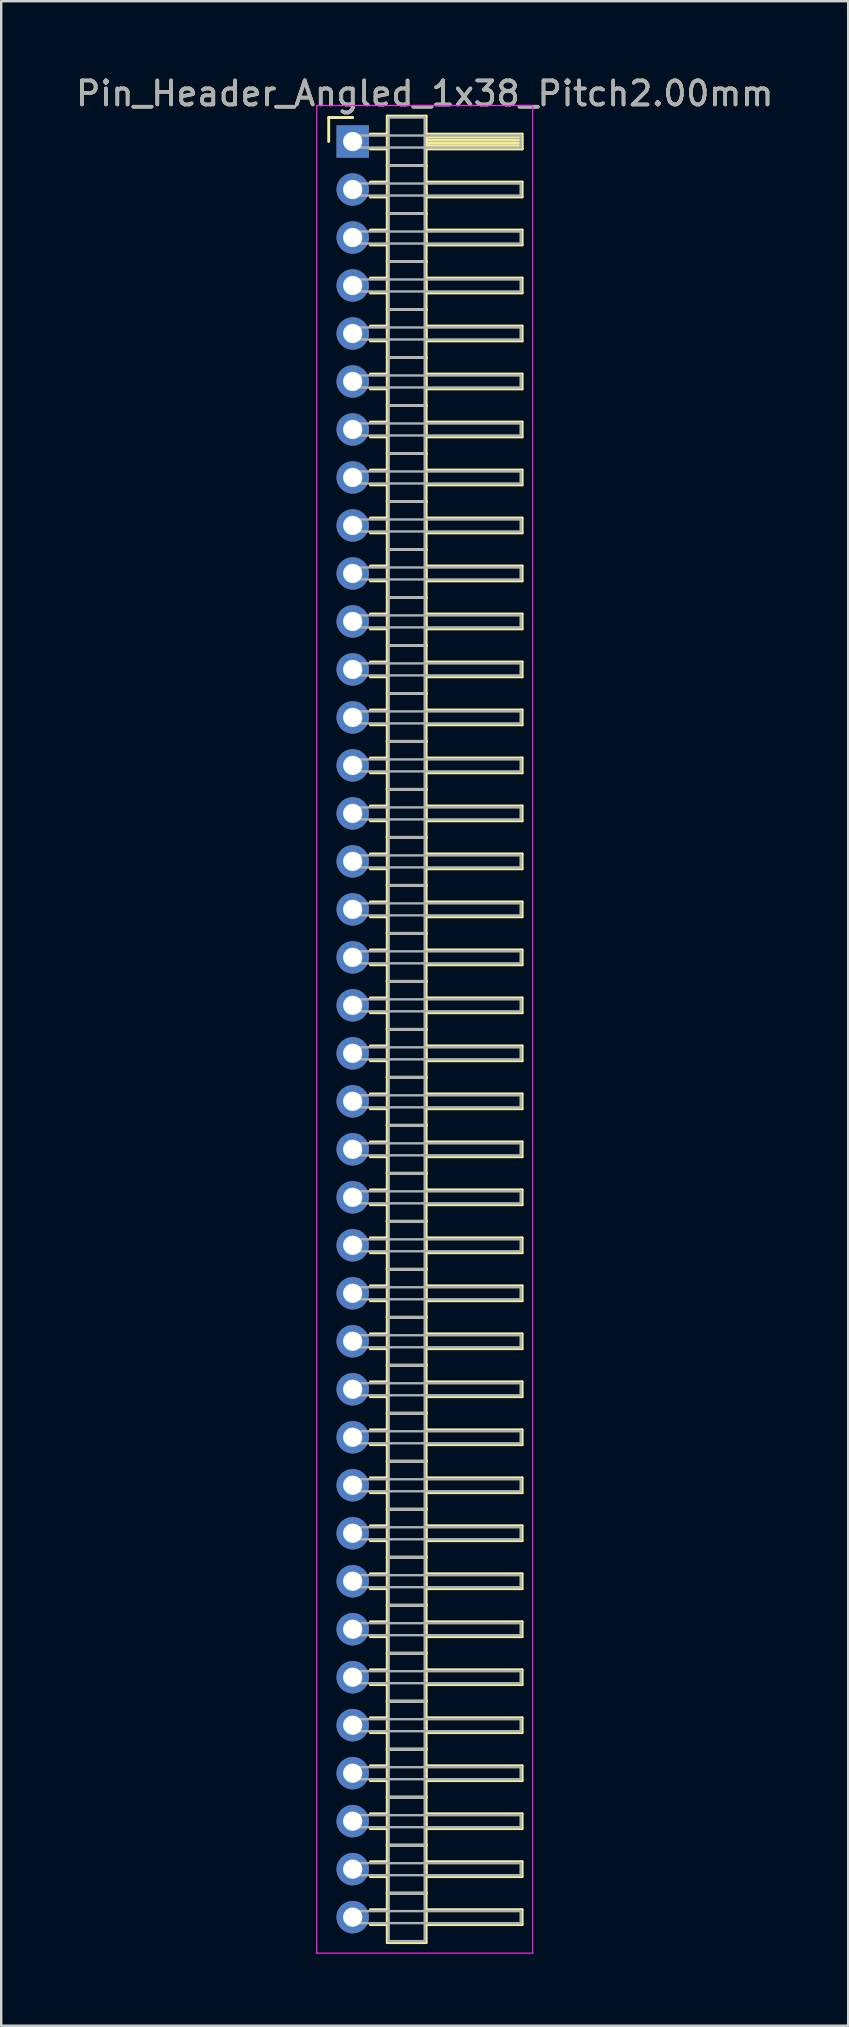
<source format=kicad_pcb>
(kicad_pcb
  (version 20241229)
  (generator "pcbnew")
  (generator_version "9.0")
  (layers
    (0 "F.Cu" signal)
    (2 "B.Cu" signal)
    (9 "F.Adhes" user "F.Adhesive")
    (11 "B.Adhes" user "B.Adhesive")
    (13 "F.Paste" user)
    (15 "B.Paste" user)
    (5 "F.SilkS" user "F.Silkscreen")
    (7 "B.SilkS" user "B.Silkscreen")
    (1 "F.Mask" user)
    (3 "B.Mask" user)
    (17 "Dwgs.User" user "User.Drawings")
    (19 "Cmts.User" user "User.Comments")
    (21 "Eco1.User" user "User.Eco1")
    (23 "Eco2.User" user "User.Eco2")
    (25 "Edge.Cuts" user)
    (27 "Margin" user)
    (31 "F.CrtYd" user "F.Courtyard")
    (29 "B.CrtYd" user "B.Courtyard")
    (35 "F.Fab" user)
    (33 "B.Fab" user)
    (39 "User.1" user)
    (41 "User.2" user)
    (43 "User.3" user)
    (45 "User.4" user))
  (footprint "Pin_Header_Angled_1x38_Pitch2.00mm"
    (layer "F.Cu")
    (at 11.649 2.848)
    (property "Reference" "Pin_Header_Angled_1x38_Pitch2.00mm" (at 3 -2 0) (layer "F.SilkS") (effects (font (size 1 1) (thickness 0.15))))
    (attr through_hole)
    (fp_line (start -1 -1) (end 0 -1) (stroke (width 0.12) (type solid)) (layer "F.SilkS"))
    (fp_line (start -1 0) (end -1 -1) (stroke (width 0.12) (type solid)) (layer "F.SilkS"))
    (fp_line (start 0.735 -0.31) (end 1.44 -0.31) (stroke (width 0.12) (type solid)) (layer "F.SilkS"))
    (fp_line (start 0.735 0.31) (end 1.44 0.31) (stroke (width 0.12) (type solid)) (layer "F.SilkS"))
    (fp_line (start 0.735 1.69) (end 1.44 1.69) (stroke (width 0.12) (type solid)) (layer "F.SilkS"))
    (fp_line (start 0.735 2.31) (end 1.44 2.31) (stroke (width 0.12) (type solid)) (layer "F.SilkS"))
    (fp_line (start 0.735 3.69) (end 1.44 3.69) (stroke (width 0.12) (type solid)) (layer "F.SilkS"))
    (fp_line (start 0.735 4.31) (end 1.44 4.31) (stroke (width 0.12) (type solid)) (layer "F.SilkS"))
    (fp_line (start 0.735 5.69) (end 1.44 5.69) (stroke (width 0.12) (type solid)) (layer "F.SilkS"))
    (fp_line (start 0.735 6.31) (end 1.44 6.31) (stroke (width 0.12) (type solid)) (layer "F.SilkS"))
    (fp_line (start 0.735 7.69) (end 1.44 7.69) (stroke (width 0.12) (type solid)) (layer "F.SilkS"))
    (fp_line (start 0.735 8.31) (end 1.44 8.31) (stroke (width 0.12) (type solid)) (layer "F.SilkS"))
    (fp_line (start 0.735 9.69) (end 1.44 9.69) (stroke (width 0.12) (type solid)) (layer "F.SilkS"))
    (fp_line (start 0.735 10.31) (end 1.44 10.31) (stroke (width 0.12) (type solid)) (layer "F.SilkS"))
    (fp_line (start 0.735 11.69) (end 1.44 11.69) (stroke (width 0.12) (type solid)) (layer "F.SilkS"))
    (fp_line (start 0.735 12.31) (end 1.44 12.31) (stroke (width 0.12) (type solid)) (layer "F.SilkS"))
    (fp_line (start 0.735 13.69) (end 1.44 13.69) (stroke (width 0.12) (type solid)) (layer "F.SilkS"))
    (fp_line (start 0.735 14.31) (end 1.44 14.31) (stroke (width 0.12) (type solid)) (layer "F.SilkS"))
    (fp_line (start 0.735 15.69) (end 1.44 15.69) (stroke (width 0.12) (type solid)) (layer "F.SilkS"))
    (fp_line (start 0.735 16.31) (end 1.44 16.31) (stroke (width 0.12) (type solid)) (layer "F.SilkS"))
    (fp_line (start 0.735 17.69) (end 1.44 17.69) (stroke (width 0.12) (type solid)) (layer "F.SilkS"))
    (fp_line (start 0.735 18.31) (end 1.44 18.31) (stroke (width 0.12) (type solid)) (layer "F.SilkS"))
    (fp_line (start 0.735 19.69) (end 1.44 19.69) (stroke (width 0.12) (type solid)) (layer "F.SilkS"))
    (fp_line (start 0.735 20.31) (end 1.44 20.31) (stroke (width 0.12) (type solid)) (layer "F.SilkS"))
    (fp_line (start 0.735 21.69) (end 1.44 21.69) (stroke (width 0.12) (type solid)) (layer "F.SilkS"))
    (fp_line (start 0.735 22.31) (end 1.44 22.31) (stroke (width 0.12) (type solid)) (layer "F.SilkS"))
    (fp_line (start 0.735 23.69) (end 1.44 23.69) (stroke (width 0.12) (type solid)) (layer "F.SilkS"))
    (fp_line (start 0.735 24.31) (end 1.44 24.31) (stroke (width 0.12) (type solid)) (layer "F.SilkS"))
    (fp_line (start 0.735 25.69) (end 1.44 25.69) (stroke (width 0.12) (type solid)) (layer "F.SilkS"))
    (fp_line (start 0.735 26.31) (end 1.44 26.31) (stroke (width 0.12) (type solid)) (layer "F.SilkS"))
    (fp_line (start 0.735 27.69) (end 1.44 27.69) (stroke (width 0.12) (type solid)) (layer "F.SilkS"))
    (fp_line (start 0.735 28.31) (end 1.44 28.31) (stroke (width 0.12) (type solid)) (layer "F.SilkS"))
    (fp_line (start 0.735 29.69) (end 1.44 29.69) (stroke (width 0.12) (type solid)) (layer "F.SilkS"))
    (fp_line (start 0.735 30.31) (end 1.44 30.31) (stroke (width 0.12) (type solid)) (layer "F.SilkS"))
    (fp_line (start 0.735 31.69) (end 1.44 31.69) (stroke (width 0.12) (type solid)) (layer "F.SilkS"))
    (fp_line (start 0.735 32.31) (end 1.44 32.31) (stroke (width 0.12) (type solid)) (layer "F.SilkS"))
    (fp_line (start 0.735 33.69) (end 1.44 33.69) (stroke (width 0.12) (type solid)) (layer "F.SilkS"))
    (fp_line (start 0.735 34.31) (end 1.44 34.31) (stroke (width 0.12) (type solid)) (layer "F.SilkS"))
    (fp_line (start 0.735 35.69) (end 1.44 35.69) (stroke (width 0.12) (type solid)) (layer "F.SilkS"))
    (fp_line (start 0.735 36.31) (end 1.44 36.31) (stroke (width 0.12) (type solid)) (layer "F.SilkS"))
    (fp_line (start 0.735 37.69) (end 1.44 37.69) (stroke (width 0.12) (type solid)) (layer "F.SilkS"))
    (fp_line (start 0.735 38.31) (end 1.44 38.31) (stroke (width 0.12) (type solid)) (layer "F.SilkS"))
    (fp_line (start 0.735 39.69) (end 1.44 39.69) (stroke (width 0.12) (type solid)) (layer "F.SilkS"))
    (fp_line (start 0.735 40.31) (end 1.44 40.31) (stroke (width 0.12) (type solid)) (layer "F.SilkS"))
    (fp_line (start 0.735 41.69) (end 1.44 41.69) (stroke (width 0.12) (type solid)) (layer "F.SilkS"))
    (fp_line (start 0.735 42.31) (end 1.44 42.31) (stroke (width 0.12) (type solid)) (layer "F.SilkS"))
    (fp_line (start 0.735 43.69) (end 1.44 43.69) (stroke (width 0.12) (type solid)) (layer "F.SilkS"))
    (fp_line (start 0.735 44.31) (end 1.44 44.31) (stroke (width 0.12) (type solid)) (layer "F.SilkS"))
    (fp_line (start 0.735 45.69) (end 1.44 45.69) (stroke (width 0.12) (type solid)) (layer "F.SilkS"))
    (fp_line (start 0.735 46.31) (end 1.44 46.31) (stroke (width 0.12) (type solid)) (layer "F.SilkS"))
    (fp_line (start 0.735 47.69) (end 1.44 47.69) (stroke (width 0.12) (type solid)) (layer "F.SilkS"))
    (fp_line (start 0.735 48.31) (end 1.44 48.31) (stroke (width 0.12) (type solid)) (layer "F.SilkS"))
    (fp_line (start 0.735 49.69) (end 1.44 49.69) (stroke (width 0.12) (type solid)) (layer "F.SilkS"))
    (fp_line (start 0.735 50.31) (end 1.44 50.31) (stroke (width 0.12) (type solid)) (layer "F.SilkS"))
    (fp_line (start 0.735 51.69) (end 1.44 51.69) (stroke (width 0.12) (type solid)) (layer "F.SilkS"))
    (fp_line (start 0.735 52.31) (end 1.44 52.31) (stroke (width 0.12) (type solid)) (layer "F.SilkS"))
    (fp_line (start 0.735 53.69) (end 1.44 53.69) (stroke (width 0.12) (type solid)) (layer "F.SilkS"))
    (fp_line (start 0.735 54.31) (end 1.44 54.31) (stroke (width 0.12) (type solid)) (layer "F.SilkS"))
    (fp_line (start 0.735 55.69) (end 1.44 55.69) (stroke (width 0.12) (type solid)) (layer "F.SilkS"))
    (fp_line (start 0.735 56.31) (end 1.44 56.31) (stroke (width 0.12) (type solid)) (layer "F.SilkS"))
    (fp_line (start 0.735 57.69) (end 1.44 57.69) (stroke (width 0.12) (type solid)) (layer "F.SilkS"))
    (fp_line (start 0.735 58.31) (end 1.44 58.31) (stroke (width 0.12) (type solid)) (layer "F.SilkS"))
    (fp_line (start 0.735 59.69) (end 1.44 59.69) (stroke (width 0.12) (type solid)) (layer "F.SilkS"))
    (fp_line (start 0.735 60.31) (end 1.44 60.31) (stroke (width 0.12) (type solid)) (layer "F.SilkS"))
    (fp_line (start 0.735 61.69) (end 1.44 61.69) (stroke (width 0.12) (type solid)) (layer "F.SilkS"))
    (fp_line (start 0.735 62.31) (end 1.44 62.31) (stroke (width 0.12) (type solid)) (layer "F.SilkS"))
    (fp_line (start 0.735 63.69) (end 1.44 63.69) (stroke (width 0.12) (type solid)) (layer "F.SilkS"))
    (fp_line (start 0.735 64.31) (end 1.44 64.31) (stroke (width 0.12) (type solid)) (layer "F.SilkS"))
    (fp_line (start 0.735 65.69) (end 1.44 65.69) (stroke (width 0.12) (type solid)) (layer "F.SilkS"))
    (fp_line (start 0.735 66.31) (end 1.44 66.31) (stroke (width 0.12) (type solid)) (layer "F.SilkS"))
    (fp_line (start 0.735 67.69) (end 1.44 67.69) (stroke (width 0.12) (type solid)) (layer "F.SilkS"))
    (fp_line (start 0.735 68.31) (end 1.44 68.31) (stroke (width 0.12) (type solid)) (layer "F.SilkS"))
    (fp_line (start 0.735 69.69) (end 1.44 69.69) (stroke (width 0.12) (type solid)) (layer "F.SilkS"))
    (fp_line (start 0.735 70.31) (end 1.44 70.31) (stroke (width 0.12) (type solid)) (layer "F.SilkS"))
    (fp_line (start 0.735 71.69) (end 1.44 71.69) (stroke (width 0.12) (type solid)) (layer "F.SilkS"))
    (fp_line (start 0.735 72.31) (end 1.44 72.31) (stroke (width 0.12) (type solid)) (layer "F.SilkS"))
    (fp_line (start 0.735 73.69) (end 1.44 73.69) (stroke (width 0.12) (type solid)) (layer "F.SilkS"))
    (fp_line (start 0.735 74.31) (end 1.44 74.31) (stroke (width 0.12) (type solid)) (layer "F.SilkS"))
    (fp_line (start 1.44 -1.06) (end 1.44 1) (stroke (width 0.12) (type solid)) (layer "F.SilkS"))
    (fp_line (start 1.44 1) (end 1.44 3) (stroke (width 0.12) (type solid)) (layer "F.SilkS"))
    (fp_line (start 1.44 1) (end 3.06 1) (stroke (width 0.12) (type solid)) (layer "F.SilkS"))
    (fp_line (start 1.44 3) (end 1.44 5) (stroke (width 0.12) (type solid)) (layer "F.SilkS"))
    (fp_line (start 1.44 3) (end 3.06 3) (stroke (width 0.12) (type solid)) (layer "F.SilkS"))
    (fp_line (start 1.44 5) (end 1.44 7) (stroke (width 0.12) (type solid)) (layer "F.SilkS"))
    (fp_line (start 1.44 5) (end 3.06 5) (stroke (width 0.12) (type solid)) (layer "F.SilkS"))
    (fp_line (start 1.44 7) (end 1.44 9) (stroke (width 0.12) (type solid)) (layer "F.SilkS"))
    (fp_line (start 1.44 7) (end 3.06 7) (stroke (width 0.12) (type solid)) (layer "F.SilkS"))
    (fp_line (start 1.44 9) (end 1.44 11) (stroke (width 0.12) (type solid)) (layer "F.SilkS"))
    (fp_line (start 1.44 9) (end 3.06 9) (stroke (width 0.12) (type solid)) (layer "F.SilkS"))
    (fp_line (start 1.44 11) (end 1.44 13) (stroke (width 0.12) (type solid)) (layer "F.SilkS"))
    (fp_line (start 1.44 11) (end 3.06 11) (stroke (width 0.12) (type solid)) (layer "F.SilkS"))
    (fp_line (start 1.44 13) (end 1.44 15) (stroke (width 0.12) (type solid)) (layer "F.SilkS"))
    (fp_line (start 1.44 13) (end 3.06 13) (stroke (width 0.12) (type solid)) (layer "F.SilkS"))
    (fp_line (start 1.44 15) (end 1.44 17) (stroke (width 0.12) (type solid)) (layer "F.SilkS"))
    (fp_line (start 1.44 15) (end 3.06 15) (stroke (width 0.12) (type solid)) (layer "F.SilkS"))
    (fp_line (start 1.44 17) (end 1.44 19) (stroke (width 0.12) (type solid)) (layer "F.SilkS"))
    (fp_line (start 1.44 17) (end 3.06 17) (stroke (width 0.12) (type solid)) (layer "F.SilkS"))
    (fp_line (start 1.44 19) (end 1.44 21) (stroke (width 0.12) (type solid)) (layer "F.SilkS"))
    (fp_line (start 1.44 19) (end 3.06 19) (stroke (width 0.12) (type solid)) (layer "F.SilkS"))
    (fp_line (start 1.44 21) (end 1.44 23) (stroke (width 0.12) (type solid)) (layer "F.SilkS"))
    (fp_line (start 1.44 21) (end 3.06 21) (stroke (width 0.12) (type solid)) (layer "F.SilkS"))
    (fp_line (start 1.44 23) (end 1.44 25) (stroke (width 0.12) (type solid)) (layer "F.SilkS"))
    (fp_line (start 1.44 23) (end 3.06 23) (stroke (width 0.12) (type solid)) (layer "F.SilkS"))
    (fp_line (start 1.44 25) (end 1.44 27) (stroke (width 0.12) (type solid)) (layer "F.SilkS"))
    (fp_line (start 1.44 25) (end 3.06 25) (stroke (width 0.12) (type solid)) (layer "F.SilkS"))
    (fp_line (start 1.44 27) (end 1.44 29) (stroke (width 0.12) (type solid)) (layer "F.SilkS"))
    (fp_line (start 1.44 27) (end 3.06 27) (stroke (width 0.12) (type solid)) (layer "F.SilkS"))
    (fp_line (start 1.44 29) (end 1.44 31) (stroke (width 0.12) (type solid)) (layer "F.SilkS"))
    (fp_line (start 1.44 29) (end 3.06 29) (stroke (width 0.12) (type solid)) (layer "F.SilkS"))
    (fp_line (start 1.44 31) (end 1.44 33) (stroke (width 0.12) (type solid)) (layer "F.SilkS"))
    (fp_line (start 1.44 31) (end 3.06 31) (stroke (width 0.12) (type solid)) (layer "F.SilkS"))
    (fp_line (start 1.44 33) (end 1.44 35) (stroke (width 0.12) (type solid)) (layer "F.SilkS"))
    (fp_line (start 1.44 33) (end 3.06 33) (stroke (width 0.12) (type solid)) (layer "F.SilkS"))
    (fp_line (start 1.44 35) (end 1.44 37) (stroke (width 0.12) (type solid)) (layer "F.SilkS"))
    (fp_line (start 1.44 35) (end 3.06 35) (stroke (width 0.12) (type solid)) (layer "F.SilkS"))
    (fp_line (start 1.44 37) (end 1.44 39) (stroke (width 0.12) (type solid)) (layer "F.SilkS"))
    (fp_line (start 1.44 37) (end 3.06 37) (stroke (width 0.12) (type solid)) (layer "F.SilkS"))
    (fp_line (start 1.44 39) (end 1.44 41) (stroke (width 0.12) (type solid)) (layer "F.SilkS"))
    (fp_line (start 1.44 39) (end 3.06 39) (stroke (width 0.12) (type solid)) (layer "F.SilkS"))
    (fp_line (start 1.44 41) (end 1.44 43) (stroke (width 0.12) (type solid)) (layer "F.SilkS"))
    (fp_line (start 1.44 41) (end 3.06 41) (stroke (width 0.12) (type solid)) (layer "F.SilkS"))
    (fp_line (start 1.44 43) (end 1.44 45) (stroke (width 0.12) (type solid)) (layer "F.SilkS"))
    (fp_line (start 1.44 43) (end 3.06 43) (stroke (width 0.12) (type solid)) (layer "F.SilkS"))
    (fp_line (start 1.44 45) (end 1.44 47) (stroke (width 0.12) (type solid)) (layer "F.SilkS"))
    (fp_line (start 1.44 45) (end 3.06 45) (stroke (width 0.12) (type solid)) (layer "F.SilkS"))
    (fp_line (start 1.44 47) (end 1.44 49) (stroke (width 0.12) (type solid)) (layer "F.SilkS"))
    (fp_line (start 1.44 47) (end 3.06 47) (stroke (width 0.12) (type solid)) (layer "F.SilkS"))
    (fp_line (start 1.44 49) (end 1.44 51) (stroke (width 0.12) (type solid)) (layer "F.SilkS"))
    (fp_line (start 1.44 49) (end 3.06 49) (stroke (width 0.12) (type solid)) (layer "F.SilkS"))
    (fp_line (start 1.44 51) (end 1.44 53) (stroke (width 0.12) (type solid)) (layer "F.SilkS"))
    (fp_line (start 1.44 51) (end 3.06 51) (stroke (width 0.12) (type solid)) (layer "F.SilkS"))
    (fp_line (start 1.44 53) (end 1.44 55) (stroke (width 0.12) (type solid)) (layer "F.SilkS"))
    (fp_line (start 1.44 53) (end 3.06 53) (stroke (width 0.12) (type solid)) (layer "F.SilkS"))
    (fp_line (start 1.44 55) (end 1.44 57) (stroke (width 0.12) (type solid)) (layer "F.SilkS"))
    (fp_line (start 1.44 55) (end 3.06 55) (stroke (width 0.12) (type solid)) (layer "F.SilkS"))
    (fp_line (start 1.44 57) (end 1.44 59) (stroke (width 0.12) (type solid)) (layer "F.SilkS"))
    (fp_line (start 1.44 57) (end 3.06 57) (stroke (width 0.12) (type solid)) (layer "F.SilkS"))
    (fp_line (start 1.44 59) (end 1.44 61) (stroke (width 0.12) (type solid)) (layer "F.SilkS"))
    (fp_line (start 1.44 59) (end 3.06 59) (stroke (width 0.12) (type solid)) (layer "F.SilkS"))
    (fp_line (start 1.44 61) (end 1.44 63) (stroke (width 0.12) (type solid)) (layer "F.SilkS"))
    (fp_line (start 1.44 61) (end 3.06 61) (stroke (width 0.12) (type solid)) (layer "F.SilkS"))
    (fp_line (start 1.44 63) (end 1.44 65) (stroke (width 0.12) (type solid)) (layer "F.SilkS"))
    (fp_line (start 1.44 63) (end 3.06 63) (stroke (width 0.12) (type solid)) (layer "F.SilkS"))
    (fp_line (start 1.44 65) (end 1.44 67) (stroke (width 0.12) (type solid)) (layer "F.SilkS"))
    (fp_line (start 1.44 65) (end 3.06 65) (stroke (width 0.12) (type solid)) (layer "F.SilkS"))
    (fp_line (start 1.44 67) (end 1.44 69) (stroke (width 0.12) (type solid)) (layer "F.SilkS"))
    (fp_line (start 1.44 67) (end 3.06 67) (stroke (width 0.12) (type solid)) (layer "F.SilkS"))
    (fp_line (start 1.44 69) (end 1.44 71) (stroke (width 0.12) (type solid)) (layer "F.SilkS"))
    (fp_line (start 1.44 69) (end 3.06 69) (stroke (width 0.12) (type solid)) (layer "F.SilkS"))
    (fp_line (start 1.44 71) (end 1.44 73) (stroke (width 0.12) (type solid)) (layer "F.SilkS"))
    (fp_line (start 1.44 71) (end 3.06 71) (stroke (width 0.12) (type solid)) (layer "F.SilkS"))
    (fp_line (start 1.44 73) (end 1.44 75.06) (stroke (width 0.12) (type solid)) (layer "F.SilkS"))
    (fp_line (start 1.44 73) (end 3.06 73) (stroke (width 0.12) (type solid)) (layer "F.SilkS"))
    (fp_line (start 1.44 75.06) (end 3.06 75.06) (stroke (width 0.12) (type solid)) (layer "F.SilkS"))
    (fp_line (start 3.06 -1.06) (end 1.44 -1.06) (stroke (width 0.12) (type solid)) (layer "F.SilkS"))
    (fp_line (start 3.06 -0.31) (end 3.06 0.31) (stroke (width 0.12) (type solid)) (layer "F.SilkS"))
    (fp_line (start 3.06 -0.19) (end 7.06 -0.19) (stroke (width 0.12) (type solid)) (layer "F.SilkS"))
    (fp_line (start 3.06 -0.07) (end 7.06 -0.07) (stroke (width 0.12) (type solid)) (layer "F.SilkS"))
    (fp_line (start 3.06 0.05) (end 7.06 0.05) (stroke (width 0.12) (type solid)) (layer "F.SilkS"))
    (fp_line (start 3.06 0.17) (end 7.06 0.17) (stroke (width 0.12) (type solid)) (layer "F.SilkS"))
    (fp_line (start 3.06 0.29) (end 7.06 0.29) (stroke (width 0.12) (type solid)) (layer "F.SilkS"))
    (fp_line (start 3.06 0.31) (end 7.06 0.31) (stroke (width 0.12) (type solid)) (layer "F.SilkS"))
    (fp_line (start 3.06 1) (end 1.44 1) (stroke (width 0.12) (type solid)) (layer "F.SilkS"))
    (fp_line (start 3.06 1) (end 3.06 -1.06) (stroke (width 0.12) (type solid)) (layer "F.SilkS"))
    (fp_line (start 3.06 1.69) (end 3.06 2.31) (stroke (width 0.12) (type solid)) (layer "F.SilkS"))
    (fp_line (start 3.06 2.31) (end 7.06 2.31) (stroke (width 0.12) (type solid)) (layer "F.SilkS"))
    (fp_line (start 3.06 3) (end 1.44 3) (stroke (width 0.12) (type solid)) (layer "F.SilkS"))
    (fp_line (start 3.06 3) (end 3.06 1) (stroke (width 0.12) (type solid)) (layer "F.SilkS"))
    (fp_line (start 3.06 3.69) (end 3.06 4.31) (stroke (width 0.12) (type solid)) (layer "F.SilkS"))
    (fp_line (start 3.06 4.31) (end 7.06 4.31) (stroke (width 0.12) (type solid)) (layer "F.SilkS"))
    (fp_line (start 3.06 5) (end 1.44 5) (stroke (width 0.12) (type solid)) (layer "F.SilkS"))
    (fp_line (start 3.06 5) (end 3.06 3) (stroke (width 0.12) (type solid)) (layer "F.SilkS"))
    (fp_line (start 3.06 5.69) (end 3.06 6.31) (stroke (width 0.12) (type solid)) (layer "F.SilkS"))
    (fp_line (start 3.06 6.31) (end 7.06 6.31) (stroke (width 0.12) (type solid)) (layer "F.SilkS"))
    (fp_line (start 3.06 7) (end 1.44 7) (stroke (width 0.12) (type solid)) (layer "F.SilkS"))
    (fp_line (start 3.06 7) (end 3.06 5) (stroke (width 0.12) (type solid)) (layer "F.SilkS"))
    (fp_line (start 3.06 7.69) (end 3.06 8.31) (stroke (width 0.12) (type solid)) (layer "F.SilkS"))
    (fp_line (start 3.06 8.31) (end 7.06 8.31) (stroke (width 0.12) (type solid)) (layer "F.SilkS"))
    (fp_line (start 3.06 9) (end 1.44 9) (stroke (width 0.12) (type solid)) (layer "F.SilkS"))
    (fp_line (start 3.06 9) (end 3.06 7) (stroke (width 0.12) (type solid)) (layer "F.SilkS"))
    (fp_line (start 3.06 9.69) (end 3.06 10.31) (stroke (width 0.12) (type solid)) (layer "F.SilkS"))
    (fp_line (start 3.06 10.31) (end 7.06 10.31) (stroke (width 0.12) (type solid)) (layer "F.SilkS"))
    (fp_line (start 3.06 11) (end 1.44 11) (stroke (width 0.12) (type solid)) (layer "F.SilkS"))
    (fp_line (start 3.06 11) (end 3.06 9) (stroke (width 0.12) (type solid)) (layer "F.SilkS"))
    (fp_line (start 3.06 11.69) (end 3.06 12.31) (stroke (width 0.12) (type solid)) (layer "F.SilkS"))
    (fp_line (start 3.06 12.31) (end 7.06 12.31) (stroke (width 0.12) (type solid)) (layer "F.SilkS"))
    (fp_line (start 3.06 13) (end 1.44 13) (stroke (width 0.12) (type solid)) (layer "F.SilkS"))
    (fp_line (start 3.06 13) (end 3.06 11) (stroke (width 0.12) (type solid)) (layer "F.SilkS"))
    (fp_line (start 3.06 13.69) (end 3.06 14.31) (stroke (width 0.12) (type solid)) (layer "F.SilkS"))
    (fp_line (start 3.06 14.31) (end 7.06 14.31) (stroke (width 0.12) (type solid)) (layer "F.SilkS"))
    (fp_line (start 3.06 15) (end 1.44 15) (stroke (width 0.12) (type solid)) (layer "F.SilkS"))
    (fp_line (start 3.06 15) (end 3.06 13) (stroke (width 0.12) (type solid)) (layer "F.SilkS"))
    (fp_line (start 3.06 15.69) (end 3.06 16.31) (stroke (width 0.12) (type solid)) (layer "F.SilkS"))
    (fp_line (start 3.06 16.31) (end 7.06 16.31) (stroke (width 0.12) (type solid)) (layer "F.SilkS"))
    (fp_line (start 3.06 17) (end 1.44 17) (stroke (width 0.12) (type solid)) (layer "F.SilkS"))
    (fp_line (start 3.06 17) (end 3.06 15) (stroke (width 0.12) (type solid)) (layer "F.SilkS"))
    (fp_line (start 3.06 17.69) (end 3.06 18.31) (stroke (width 0.12) (type solid)) (layer "F.SilkS"))
    (fp_line (start 3.06 18.31) (end 7.06 18.31) (stroke (width 0.12) (type solid)) (layer "F.SilkS"))
    (fp_line (start 3.06 19) (end 1.44 19) (stroke (width 0.12) (type solid)) (layer "F.SilkS"))
    (fp_line (start 3.06 19) (end 3.06 17) (stroke (width 0.12) (type solid)) (layer "F.SilkS"))
    (fp_line (start 3.06 19.69) (end 3.06 20.31) (stroke (width 0.12) (type solid)) (layer "F.SilkS"))
    (fp_line (start 3.06 20.31) (end 7.06 20.31) (stroke (width 0.12) (type solid)) (layer "F.SilkS"))
    (fp_line (start 3.06 21) (end 1.44 21) (stroke (width 0.12) (type solid)) (layer "F.SilkS"))
    (fp_line (start 3.06 21) (end 3.06 19) (stroke (width 0.12) (type solid)) (layer "F.SilkS"))
    (fp_line (start 3.06 21.69) (end 3.06 22.31) (stroke (width 0.12) (type solid)) (layer "F.SilkS"))
    (fp_line (start 3.06 22.31) (end 7.06 22.31) (stroke (width 0.12) (type solid)) (layer "F.SilkS"))
    (fp_line (start 3.06 23) (end 1.44 23) (stroke (width 0.12) (type solid)) (layer "F.SilkS"))
    (fp_line (start 3.06 23) (end 3.06 21) (stroke (width 0.12) (type solid)) (layer "F.SilkS"))
    (fp_line (start 3.06 23.69) (end 3.06 24.31) (stroke (width 0.12) (type solid)) (layer "F.SilkS"))
    (fp_line (start 3.06 24.31) (end 7.06 24.31) (stroke (width 0.12) (type solid)) (layer "F.SilkS"))
    (fp_line (start 3.06 25) (end 1.44 25) (stroke (width 0.12) (type solid)) (layer "F.SilkS"))
    (fp_line (start 3.06 25) (end 3.06 23) (stroke (width 0.12) (type solid)) (layer "F.SilkS"))
    (fp_line (start 3.06 25.69) (end 3.06 26.31) (stroke (width 0.12) (type solid)) (layer "F.SilkS"))
    (fp_line (start 3.06 26.31) (end 7.06 26.31) (stroke (width 0.12) (type solid)) (layer "F.SilkS"))
    (fp_line (start 3.06 27) (end 1.44 27) (stroke (width 0.12) (type solid)) (layer "F.SilkS"))
    (fp_line (start 3.06 27) (end 3.06 25) (stroke (width 0.12) (type solid)) (layer "F.SilkS"))
    (fp_line (start 3.06 27.69) (end 3.06 28.31) (stroke (width 0.12) (type solid)) (layer "F.SilkS"))
    (fp_line (start 3.06 28.31) (end 7.06 28.31) (stroke (width 0.12) (type solid)) (layer "F.SilkS"))
    (fp_line (start 3.06 29) (end 1.44 29) (stroke (width 0.12) (type solid)) (layer "F.SilkS"))
    (fp_line (start 3.06 29) (end 3.06 27) (stroke (width 0.12) (type solid)) (layer "F.SilkS"))
    (fp_line (start 3.06 29.69) (end 3.06 30.31) (stroke (width 0.12) (type solid)) (layer "F.SilkS"))
    (fp_line (start 3.06 30.31) (end 7.06 30.31) (stroke (width 0.12) (type solid)) (layer "F.SilkS"))
    (fp_line (start 3.06 31) (end 1.44 31) (stroke (width 0.12) (type solid)) (layer "F.SilkS"))
    (fp_line (start 3.06 31) (end 3.06 29) (stroke (width 0.12) (type solid)) (layer "F.SilkS"))
    (fp_line (start 3.06 31.69) (end 3.06 32.31) (stroke (width 0.12) (type solid)) (layer "F.SilkS"))
    (fp_line (start 3.06 32.31) (end 7.06 32.31) (stroke (width 0.12) (type solid)) (layer "F.SilkS"))
    (fp_line (start 3.06 33) (end 1.44 33) (stroke (width 0.12) (type solid)) (layer "F.SilkS"))
    (fp_line (start 3.06 33) (end 3.06 31) (stroke (width 0.12) (type solid)) (layer "F.SilkS"))
    (fp_line (start 3.06 33.69) (end 3.06 34.31) (stroke (width 0.12) (type solid)) (layer "F.SilkS"))
    (fp_line (start 3.06 34.31) (end 7.06 34.31) (stroke (width 0.12) (type solid)) (layer "F.SilkS"))
    (fp_line (start 3.06 35) (end 1.44 35) (stroke (width 0.12) (type solid)) (layer "F.SilkS"))
    (fp_line (start 3.06 35) (end 3.06 33) (stroke (width 0.12) (type solid)) (layer "F.SilkS"))
    (fp_line (start 3.06 35.69) (end 3.06 36.31) (stroke (width 0.12) (type solid)) (layer "F.SilkS"))
    (fp_line (start 3.06 36.31) (end 7.06 36.31) (stroke (width 0.12) (type solid)) (layer "F.SilkS"))
    (fp_line (start 3.06 37) (end 1.44 37) (stroke (width 0.12) (type solid)) (layer "F.SilkS"))
    (fp_line (start 3.06 37) (end 3.06 35) (stroke (width 0.12) (type solid)) (layer "F.SilkS"))
    (fp_line (start 3.06 37.69) (end 3.06 38.31) (stroke (width 0.12) (type solid)) (layer "F.SilkS"))
    (fp_line (start 3.06 38.31) (end 7.06 38.31) (stroke (width 0.12) (type solid)) (layer "F.SilkS"))
    (fp_line (start 3.06 39) (end 1.44 39) (stroke (width 0.12) (type solid)) (layer "F.SilkS"))
    (fp_line (start 3.06 39) (end 3.06 37) (stroke (width 0.12) (type solid)) (layer "F.SilkS"))
    (fp_line (start 3.06 39.69) (end 3.06 40.31) (stroke (width 0.12) (type solid)) (layer "F.SilkS"))
    (fp_line (start 3.06 40.31) (end 7.06 40.31) (stroke (width 0.12) (type solid)) (layer "F.SilkS"))
    (fp_line (start 3.06 41) (end 1.44 41) (stroke (width 0.12) (type solid)) (layer "F.SilkS"))
    (fp_line (start 3.06 41) (end 3.06 39) (stroke (width 0.12) (type solid)) (layer "F.SilkS"))
    (fp_line (start 3.06 41.69) (end 3.06 42.31) (stroke (width 0.12) (type solid)) (layer "F.SilkS"))
    (fp_line (start 3.06 42.31) (end 7.06 42.31) (stroke (width 0.12) (type solid)) (layer "F.SilkS"))
    (fp_line (start 3.06 43) (end 1.44 43) (stroke (width 0.12) (type solid)) (layer "F.SilkS"))
    (fp_line (start 3.06 43) (end 3.06 41) (stroke (width 0.12) (type solid)) (layer "F.SilkS"))
    (fp_line (start 3.06 43.69) (end 3.06 44.31) (stroke (width 0.12) (type solid)) (layer "F.SilkS"))
    (fp_line (start 3.06 44.31) (end 7.06 44.31) (stroke (width 0.12) (type solid)) (layer "F.SilkS"))
    (fp_line (start 3.06 45) (end 1.44 45) (stroke (width 0.12) (type solid)) (layer "F.SilkS"))
    (fp_line (start 3.06 45) (end 3.06 43) (stroke (width 0.12) (type solid)) (layer "F.SilkS"))
    (fp_line (start 3.06 45.69) (end 3.06 46.31) (stroke (width 0.12) (type solid)) (layer "F.SilkS"))
    (fp_line (start 3.06 46.31) (end 7.06 46.31) (stroke (width 0.12) (type solid)) (layer "F.SilkS"))
    (fp_line (start 3.06 47) (end 1.44 47) (stroke (width 0.12) (type solid)) (layer "F.SilkS"))
    (fp_line (start 3.06 47) (end 3.06 45) (stroke (width 0.12) (type solid)) (layer "F.SilkS"))
    (fp_line (start 3.06 47.69) (end 3.06 48.31) (stroke (width 0.12) (type solid)) (layer "F.SilkS"))
    (fp_line (start 3.06 48.31) (end 7.06 48.31) (stroke (width 0.12) (type solid)) (layer "F.SilkS"))
    (fp_line (start 3.06 49) (end 1.44 49) (stroke (width 0.12) (type solid)) (layer "F.SilkS"))
    (fp_line (start 3.06 49) (end 3.06 47) (stroke (width 0.12) (type solid)) (layer "F.SilkS"))
    (fp_line (start 3.06 49.69) (end 3.06 50.31) (stroke (width 0.12) (type solid)) (layer "F.SilkS"))
    (fp_line (start 3.06 50.31) (end 7.06 50.31) (stroke (width 0.12) (type solid)) (layer "F.SilkS"))
    (fp_line (start 3.06 51) (end 1.44 51) (stroke (width 0.12) (type solid)) (layer "F.SilkS"))
    (fp_line (start 3.06 51) (end 3.06 49) (stroke (width 0.12) (type solid)) (layer "F.SilkS"))
    (fp_line (start 3.06 51.69) (end 3.06 52.31) (stroke (width 0.12) (type solid)) (layer "F.SilkS"))
    (fp_line (start 3.06 52.31) (end 7.06 52.31) (stroke (width 0.12) (type solid)) (layer "F.SilkS"))
    (fp_line (start 3.06 53) (end 1.44 53) (stroke (width 0.12) (type solid)) (layer "F.SilkS"))
    (fp_line (start 3.06 53) (end 3.06 51) (stroke (width 0.12) (type solid)) (layer "F.SilkS"))
    (fp_line (start 3.06 53.69) (end 3.06 54.31) (stroke (width 0.12) (type solid)) (layer "F.SilkS"))
    (fp_line (start 3.06 54.31) (end 7.06 54.31) (stroke (width 0.12) (type solid)) (layer "F.SilkS"))
    (fp_line (start 3.06 55) (end 1.44 55) (stroke (width 0.12) (type solid)) (layer "F.SilkS"))
    (fp_line (start 3.06 55) (end 3.06 53) (stroke (width 0.12) (type solid)) (layer "F.SilkS"))
    (fp_line (start 3.06 55.69) (end 3.06 56.31) (stroke (width 0.12) (type solid)) (layer "F.SilkS"))
    (fp_line (start 3.06 56.31) (end 7.06 56.31) (stroke (width 0.12) (type solid)) (layer "F.SilkS"))
    (fp_line (start 3.06 57) (end 1.44 57) (stroke (width 0.12) (type solid)) (layer "F.SilkS"))
    (fp_line (start 3.06 57) (end 3.06 55) (stroke (width 0.12) (type solid)) (layer "F.SilkS"))
    (fp_line (start 3.06 57.69) (end 3.06 58.31) (stroke (width 0.12) (type solid)) (layer "F.SilkS"))
    (fp_line (start 3.06 58.31) (end 7.06 58.31) (stroke (width 0.12) (type solid)) (layer "F.SilkS"))
    (fp_line (start 3.06 59) (end 1.44 59) (stroke (width 0.12) (type solid)) (layer "F.SilkS"))
    (fp_line (start 3.06 59) (end 3.06 57) (stroke (width 0.12) (type solid)) (layer "F.SilkS"))
    (fp_line (start 3.06 59.69) (end 3.06 60.31) (stroke (width 0.12) (type solid)) (layer "F.SilkS"))
    (fp_line (start 3.06 60.31) (end 7.06 60.31) (stroke (width 0.12) (type solid)) (layer "F.SilkS"))
    (fp_line (start 3.06 61) (end 1.44 61) (stroke (width 0.12) (type solid)) (layer "F.SilkS"))
    (fp_line (start 3.06 61) (end 3.06 59) (stroke (width 0.12) (type solid)) (layer "F.SilkS"))
    (fp_line (start 3.06 61.69) (end 3.06 62.31) (stroke (width 0.12) (type solid)) (layer "F.SilkS"))
    (fp_line (start 3.06 62.31) (end 7.06 62.31) (stroke (width 0.12) (type solid)) (layer "F.SilkS"))
    (fp_line (start 3.06 63) (end 1.44 63) (stroke (width 0.12) (type solid)) (layer "F.SilkS"))
    (fp_line (start 3.06 63) (end 3.06 61) (stroke (width 0.12) (type solid)) (layer "F.SilkS"))
    (fp_line (start 3.06 63.69) (end 3.06 64.31) (stroke (width 0.12) (type solid)) (layer "F.SilkS"))
    (fp_line (start 3.06 64.31) (end 7.06 64.31) (stroke (width 0.12) (type solid)) (layer "F.SilkS"))
    (fp_line (start 3.06 65) (end 1.44 65) (stroke (width 0.12) (type solid)) (layer "F.SilkS"))
    (fp_line (start 3.06 65) (end 3.06 63) (stroke (width 0.12) (type solid)) (layer "F.SilkS"))
    (fp_line (start 3.06 65.69) (end 3.06 66.31) (stroke (width 0.12) (type solid)) (layer "F.SilkS"))
    (fp_line (start 3.06 66.31) (end 7.06 66.31) (stroke (width 0.12) (type solid)) (layer "F.SilkS"))
    (fp_line (start 3.06 67) (end 1.44 67) (stroke (width 0.12) (type solid)) (layer "F.SilkS"))
    (fp_line (start 3.06 67) (end 3.06 65) (stroke (width 0.12) (type solid)) (layer "F.SilkS"))
    (fp_line (start 3.06 67.69) (end 3.06 68.31) (stroke (width 0.12) (type solid)) (layer "F.SilkS"))
    (fp_line (start 3.06 68.31) (end 7.06 68.31) (stroke (width 0.12) (type solid)) (layer "F.SilkS"))
    (fp_line (start 3.06 69) (end 1.44 69) (stroke (width 0.12) (type solid)) (layer "F.SilkS"))
    (fp_line (start 3.06 69) (end 3.06 67) (stroke (width 0.12) (type solid)) (layer "F.SilkS"))
    (fp_line (start 3.06 69.69) (end 3.06 70.31) (stroke (width 0.12) (type solid)) (layer "F.SilkS"))
    (fp_line (start 3.06 70.31) (end 7.06 70.31) (stroke (width 0.12) (type solid)) (layer "F.SilkS"))
    (fp_line (start 3.06 71) (end 1.44 71) (stroke (width 0.12) (type solid)) (layer "F.SilkS"))
    (fp_line (start 3.06 71) (end 3.06 69) (stroke (width 0.12) (type solid)) (layer "F.SilkS"))
    (fp_line (start 3.06 71.69) (end 3.06 72.31) (stroke (width 0.12) (type solid)) (layer "F.SilkS"))
    (fp_line (start 3.06 72.31) (end 7.06 72.31) (stroke (width 0.12) (type solid)) (layer "F.SilkS"))
    (fp_line (start 3.06 73) (end 1.44 73) (stroke (width 0.12) (type solid)) (layer "F.SilkS"))
    (fp_line (start 3.06 73) (end 3.06 71) (stroke (width 0.12) (type solid)) (layer "F.SilkS"))
    (fp_line (start 3.06 73.69) (end 3.06 74.31) (stroke (width 0.12) (type solid)) (layer "F.SilkS"))
    (fp_line (start 3.06 74.31) (end 7.06 74.31) (stroke (width 0.12) (type solid)) (layer "F.SilkS"))
    (fp_line (start 3.06 75.06) (end 3.06 73) (stroke (width 0.12) (type solid)) (layer "F.SilkS"))
    (fp_line (start 7.06 -0.31) (end 3.06 -0.31) (stroke (width 0.12) (type solid)) (layer "F.SilkS"))
    (fp_line (start 7.06 0.31) (end 7.06 -0.31) (stroke (width 0.12) (type solid)) (layer "F.SilkS"))
    (fp_line (start 7.06 1.69) (end 3.06 1.69) (stroke (width 0.12) (type solid)) (layer "F.SilkS"))
    (fp_line (start 7.06 2.31) (end 7.06 1.69) (stroke (width 0.12) (type solid)) (layer "F.SilkS"))
    (fp_line (start 7.06 3.69) (end 3.06 3.69) (stroke (width 0.12) (type solid)) (layer "F.SilkS"))
    (fp_line (start 7.06 4.31) (end 7.06 3.69) (stroke (width 0.12) (type solid)) (layer "F.SilkS"))
    (fp_line (start 7.06 5.69) (end 3.06 5.69) (stroke (width 0.12) (type solid)) (layer "F.SilkS"))
    (fp_line (start 7.06 6.31) (end 7.06 5.69) (stroke (width 0.12) (type solid)) (layer "F.SilkS"))
    (fp_line (start 7.06 7.69) (end 3.06 7.69) (stroke (width 0.12) (type solid)) (layer "F.SilkS"))
    (fp_line (start 7.06 8.31) (end 7.06 7.69) (stroke (width 0.12) (type solid)) (layer "F.SilkS"))
    (fp_line (start 7.06 9.69) (end 3.06 9.69) (stroke (width 0.12) (type solid)) (layer "F.SilkS"))
    (fp_line (start 7.06 10.31) (end 7.06 9.69) (stroke (width 0.12) (type solid)) (layer "F.SilkS"))
    (fp_line (start 7.06 11.69) (end 3.06 11.69) (stroke (width 0.12) (type solid)) (layer "F.SilkS"))
    (fp_line (start 7.06 12.31) (end 7.06 11.69) (stroke (width 0.12) (type solid)) (layer "F.SilkS"))
    (fp_line (start 7.06 13.69) (end 3.06 13.69) (stroke (width 0.12) (type solid)) (layer "F.SilkS"))
    (fp_line (start 7.06 14.31) (end 7.06 13.69) (stroke (width 0.12) (type solid)) (layer "F.SilkS"))
    (fp_line (start 7.06 15.69) (end 3.06 15.69) (stroke (width 0.12) (type solid)) (layer "F.SilkS"))
    (fp_line (start 7.06 16.31) (end 7.06 15.69) (stroke (width 0.12) (type solid)) (layer "F.SilkS"))
    (fp_line (start 7.06 17.69) (end 3.06 17.69) (stroke (width 0.12) (type solid)) (layer "F.SilkS"))
    (fp_line (start 7.06 18.31) (end 7.06 17.69) (stroke (width 0.12) (type solid)) (layer "F.SilkS"))
    (fp_line (start 7.06 19.69) (end 3.06 19.69) (stroke (width 0.12) (type solid)) (layer "F.SilkS"))
    (fp_line (start 7.06 20.31) (end 7.06 19.69) (stroke (width 0.12) (type solid)) (layer "F.SilkS"))
    (fp_line (start 7.06 21.69) (end 3.06 21.69) (stroke (width 0.12) (type solid)) (layer "F.SilkS"))
    (fp_line (start 7.06 22.31) (end 7.06 21.69) (stroke (width 0.12) (type solid)) (layer "F.SilkS"))
    (fp_line (start 7.06 23.69) (end 3.06 23.69) (stroke (width 0.12) (type solid)) (layer "F.SilkS"))
    (fp_line (start 7.06 24.31) (end 7.06 23.69) (stroke (width 0.12) (type solid)) (layer "F.SilkS"))
    (fp_line (start 7.06 25.69) (end 3.06 25.69) (stroke (width 0.12) (type solid)) (layer "F.SilkS"))
    (fp_line (start 7.06 26.31) (end 7.06 25.69) (stroke (width 0.12) (type solid)) (layer "F.SilkS"))
    (fp_line (start 7.06 27.69) (end 3.06 27.69) (stroke (width 0.12) (type solid)) (layer "F.SilkS"))
    (fp_line (start 7.06 28.31) (end 7.06 27.69) (stroke (width 0.12) (type solid)) (layer "F.SilkS"))
    (fp_line (start 7.06 29.69) (end 3.06 29.69) (stroke (width 0.12) (type solid)) (layer "F.SilkS"))
    (fp_line (start 7.06 30.31) (end 7.06 29.69) (stroke (width 0.12) (type solid)) (layer "F.SilkS"))
    (fp_line (start 7.06 31.69) (end 3.06 31.69) (stroke (width 0.12) (type solid)) (layer "F.SilkS"))
    (fp_line (start 7.06 32.31) (end 7.06 31.69) (stroke (width 0.12) (type solid)) (layer "F.SilkS"))
    (fp_line (start 7.06 33.69) (end 3.06 33.69) (stroke (width 0.12) (type solid)) (layer "F.SilkS"))
    (fp_line (start 7.06 34.31) (end 7.06 33.69) (stroke (width 0.12) (type solid)) (layer "F.SilkS"))
    (fp_line (start 7.06 35.69) (end 3.06 35.69) (stroke (width 0.12) (type solid)) (layer "F.SilkS"))
    (fp_line (start 7.06 36.31) (end 7.06 35.69) (stroke (width 0.12) (type solid)) (layer "F.SilkS"))
    (fp_line (start 7.06 37.69) (end 3.06 37.69) (stroke (width 0.12) (type solid)) (layer "F.SilkS"))
    (fp_line (start 7.06 38.31) (end 7.06 37.69) (stroke (width 0.12) (type solid)) (layer "F.SilkS"))
    (fp_line (start 7.06 39.69) (end 3.06 39.69) (stroke (width 0.12) (type solid)) (layer "F.SilkS"))
    (fp_line (start 7.06 40.31) (end 7.06 39.69) (stroke (width 0.12) (type solid)) (layer "F.SilkS"))
    (fp_line (start 7.06 41.69) (end 3.06 41.69) (stroke (width 0.12) (type solid)) (layer "F.SilkS"))
    (fp_line (start 7.06 42.31) (end 7.06 41.69) (stroke (width 0.12) (type solid)) (layer "F.SilkS"))
    (fp_line (start 7.06 43.69) (end 3.06 43.69) (stroke (width 0.12) (type solid)) (layer "F.SilkS"))
    (fp_line (start 7.06 44.31) (end 7.06 43.69) (stroke (width 0.12) (type solid)) (layer "F.SilkS"))
    (fp_line (start 7.06 45.69) (end 3.06 45.69) (stroke (width 0.12) (type solid)) (layer "F.SilkS"))
    (fp_line (start 7.06 46.31) (end 7.06 45.69) (stroke (width 0.12) (type solid)) (layer "F.SilkS"))
    (fp_line (start 7.06 47.69) (end 3.06 47.69) (stroke (width 0.12) (type solid)) (layer "F.SilkS"))
    (fp_line (start 7.06 48.31) (end 7.06 47.69) (stroke (width 0.12) (type solid)) (layer "F.SilkS"))
    (fp_line (start 7.06 49.69) (end 3.06 49.69) (stroke (width 0.12) (type solid)) (layer "F.SilkS"))
    (fp_line (start 7.06 50.31) (end 7.06 49.69) (stroke (width 0.12) (type solid)) (layer "F.SilkS"))
    (fp_line (start 7.06 51.69) (end 3.06 51.69) (stroke (width 0.12) (type solid)) (layer "F.SilkS"))
    (fp_line (start 7.06 52.31) (end 7.06 51.69) (stroke (width 0.12) (type solid)) (layer "F.SilkS"))
    (fp_line (start 7.06 53.69) (end 3.06 53.69) (stroke (width 0.12) (type solid)) (layer "F.SilkS"))
    (fp_line (start 7.06 54.31) (end 7.06 53.69) (stroke (width 0.12) (type solid)) (layer "F.SilkS"))
    (fp_line (start 7.06 55.69) (end 3.06 55.69) (stroke (width 0.12) (type solid)) (layer "F.SilkS"))
    (fp_line (start 7.06 56.31) (end 7.06 55.69) (stroke (width 0.12) (type solid)) (layer "F.SilkS"))
    (fp_line (start 7.06 57.69) (end 3.06 57.69) (stroke (width 0.12) (type solid)) (layer "F.SilkS"))
    (fp_line (start 7.06 58.31) (end 7.06 57.69) (stroke (width 0.12) (type solid)) (layer "F.SilkS"))
    (fp_line (start 7.06 59.69) (end 3.06 59.69) (stroke (width 0.12) (type solid)) (layer "F.SilkS"))
    (fp_line (start 7.06 60.31) (end 7.06 59.69) (stroke (width 0.12) (type solid)) (layer "F.SilkS"))
    (fp_line (start 7.06 61.69) (end 3.06 61.69) (stroke (width 0.12) (type solid)) (layer "F.SilkS"))
    (fp_line (start 7.06 62.31) (end 7.06 61.69) (stroke (width 0.12) (type solid)) (layer "F.SilkS"))
    (fp_line (start 7.06 63.69) (end 3.06 63.69) (stroke (width 0.12) (type solid)) (layer "F.SilkS"))
    (fp_line (start 7.06 64.31) (end 7.06 63.69) (stroke (width 0.12) (type solid)) (layer "F.SilkS"))
    (fp_line (start 7.06 65.69) (end 3.06 65.69) (stroke (width 0.12) (type solid)) (layer "F.SilkS"))
    (fp_line (start 7.06 66.31) (end 7.06 65.69) (stroke (width 0.12) (type solid)) (layer "F.SilkS"))
    (fp_line (start 7.06 67.69) (end 3.06 67.69) (stroke (width 0.12) (type solid)) (layer "F.SilkS"))
    (fp_line (start 7.06 68.31) (end 7.06 67.69) (stroke (width 0.12) (type solid)) (layer "F.SilkS"))
    (fp_line (start 7.06 69.69) (end 3.06 69.69) (stroke (width 0.12) (type solid)) (layer "F.SilkS"))
    (fp_line (start 7.06 70.31) (end 7.06 69.69) (stroke (width 0.12) (type solid)) (layer "F.SilkS"))
    (fp_line (start 7.06 71.69) (end 3.06 71.69) (stroke (width 0.12) (type solid)) (layer "F.SilkS"))
    (fp_line (start 7.06 72.31) (end 7.06 71.69) (stroke (width 0.12) (type solid)) (layer "F.SilkS"))
    (fp_line (start 7.06 73.69) (end 3.06 73.69) (stroke (width 0.12) (type solid)) (layer "F.SilkS"))
    (fp_line (start 7.06 74.31) (end 7.06 73.69) (stroke (width 0.12) (type solid)) (layer "F.SilkS"))
    (fp_line (start -1.5 -1.5) (end -1.5 75.5) (stroke (width 0.05) (type solid)) (layer "F.CrtYd"))
    (fp_line (start -1.5 75.5) (end 7.5 75.5) (stroke (width 0.05) (type solid)) (layer "F.CrtYd"))
    (fp_line (start 7.5 -1.5) (end -1.5 -1.5) (stroke (width 0.05) (type solid)) (layer "F.CrtYd"))
    (fp_line (start 7.5 75.5) (end 7.5 -1.5) (stroke (width 0.05) (type solid)) (layer "F.CrtYd"))
    (fp_line (start 0 -0.25) (end 0 0.25) (stroke (width 0.1) (type solid)) (layer "F.Fab"))
    (fp_line (start 0 0.25) (end 7 0.25) (stroke (width 0.1) (type solid)) (layer "F.Fab"))
    (fp_line (start 0 1.75) (end 0 2.25) (stroke (width 0.1) (type solid)) (layer "F.Fab"))
    (fp_line (start 0 2.25) (end 7 2.25) (stroke (width 0.1) (type solid)) (layer "F.Fab"))
    (fp_line (start 0 3.75) (end 0 4.25) (stroke (width 0.1) (type solid)) (layer "F.Fab"))
    (fp_line (start 0 4.25) (end 7 4.25) (stroke (width 0.1) (type solid)) (layer "F.Fab"))
    (fp_line (start 0 5.75) (end 0 6.25) (stroke (width 0.1) (type solid)) (layer "F.Fab"))
    (fp_line (start 0 6.25) (end 7 6.25) (stroke (width 0.1) (type solid)) (layer "F.Fab"))
    (fp_line (start 0 7.75) (end 0 8.25) (stroke (width 0.1) (type solid)) (layer "F.Fab"))
    (fp_line (start 0 8.25) (end 7 8.25) (stroke (width 0.1) (type solid)) (layer "F.Fab"))
    (fp_line (start 0 9.75) (end 0 10.25) (stroke (width 0.1) (type solid)) (layer "F.Fab"))
    (fp_line (start 0 10.25) (end 7 10.25) (stroke (width 0.1) (type solid)) (layer "F.Fab"))
    (fp_line (start 0 11.75) (end 0 12.25) (stroke (width 0.1) (type solid)) (layer "F.Fab"))
    (fp_line (start 0 12.25) (end 7 12.25) (stroke (width 0.1) (type solid)) (layer "F.Fab"))
    (fp_line (start 0 13.75) (end 0 14.25) (stroke (width 0.1) (type solid)) (layer "F.Fab"))
    (fp_line (start 0 14.25) (end 7 14.25) (stroke (width 0.1) (type solid)) (layer "F.Fab"))
    (fp_line (start 0 15.75) (end 0 16.25) (stroke (width 0.1) (type solid)) (layer "F.Fab"))
    (fp_line (start 0 16.25) (end 7 16.25) (stroke (width 0.1) (type solid)) (layer "F.Fab"))
    (fp_line (start 0 17.75) (end 0 18.25) (stroke (width 0.1) (type solid)) (layer "F.Fab"))
    (fp_line (start 0 18.25) (end 7 18.25) (stroke (width 0.1) (type solid)) (layer "F.Fab"))
    (fp_line (start 0 19.75) (end 0 20.25) (stroke (width 0.1) (type solid)) (layer "F.Fab"))
    (fp_line (start 0 20.25) (end 7 20.25) (stroke (width 0.1) (type solid)) (layer "F.Fab"))
    (fp_line (start 0 21.75) (end 0 22.25) (stroke (width 0.1) (type solid)) (layer "F.Fab"))
    (fp_line (start 0 22.25) (end 7 22.25) (stroke (width 0.1) (type solid)) (layer "F.Fab"))
    (fp_line (start 0 23.75) (end 0 24.25) (stroke (width 0.1) (type solid)) (layer "F.Fab"))
    (fp_line (start 0 24.25) (end 7 24.25) (stroke (width 0.1) (type solid)) (layer "F.Fab"))
    (fp_line (start 0 25.75) (end 0 26.25) (stroke (width 0.1) (type solid)) (layer "F.Fab"))
    (fp_line (start 0 26.25) (end 7 26.25) (stroke (width 0.1) (type solid)) (layer "F.Fab"))
    (fp_line (start 0 27.75) (end 0 28.25) (stroke (width 0.1) (type solid)) (layer "F.Fab"))
    (fp_line (start 0 28.25) (end 7 28.25) (stroke (width 0.1) (type solid)) (layer "F.Fab"))
    (fp_line (start 0 29.75) (end 0 30.25) (stroke (width 0.1) (type solid)) (layer "F.Fab"))
    (fp_line (start 0 30.25) (end 7 30.25) (stroke (width 0.1) (type solid)) (layer "F.Fab"))
    (fp_line (start 0 31.75) (end 0 32.25) (stroke (width 0.1) (type solid)) (layer "F.Fab"))
    (fp_line (start 0 32.25) (end 7 32.25) (stroke (width 0.1) (type solid)) (layer "F.Fab"))
    (fp_line (start 0 33.75) (end 0 34.25) (stroke (width 0.1) (type solid)) (layer "F.Fab"))
    (fp_line (start 0 34.25) (end 7 34.25) (stroke (width 0.1) (type solid)) (layer "F.Fab"))
    (fp_line (start 0 35.75) (end 0 36.25) (stroke (width 0.1) (type solid)) (layer "F.Fab"))
    (fp_line (start 0 36.25) (end 7 36.25) (stroke (width 0.1) (type solid)) (layer "F.Fab"))
    (fp_line (start 0 37.75) (end 0 38.25) (stroke (width 0.1) (type solid)) (layer "F.Fab"))
    (fp_line (start 0 38.25) (end 7 38.25) (stroke (width 0.1) (type solid)) (layer "F.Fab"))
    (fp_line (start 0 39.75) (end 0 40.25) (stroke (width 0.1) (type solid)) (layer "F.Fab"))
    (fp_line (start 0 40.25) (end 7 40.25) (stroke (width 0.1) (type solid)) (layer "F.Fab"))
    (fp_line (start 0 41.75) (end 0 42.25) (stroke (width 0.1) (type solid)) (layer "F.Fab"))
    (fp_line (start 0 42.25) (end 7 42.25) (stroke (width 0.1) (type solid)) (layer "F.Fab"))
    (fp_line (start 0 43.75) (end 0 44.25) (stroke (width 0.1) (type solid)) (layer "F.Fab"))
    (fp_line (start 0 44.25) (end 7 44.25) (stroke (width 0.1) (type solid)) (layer "F.Fab"))
    (fp_line (start 0 45.75) (end 0 46.25) (stroke (width 0.1) (type solid)) (layer "F.Fab"))
    (fp_line (start 0 46.25) (end 7 46.25) (stroke (width 0.1) (type solid)) (layer "F.Fab"))
    (fp_line (start 0 47.75) (end 0 48.25) (stroke (width 0.1) (type solid)) (layer "F.Fab"))
    (fp_line (start 0 48.25) (end 7 48.25) (stroke (width 0.1) (type solid)) (layer "F.Fab"))
    (fp_line (start 0 49.75) (end 0 50.25) (stroke (width 0.1) (type solid)) (layer "F.Fab"))
    (fp_line (start 0 50.25) (end 7 50.25) (stroke (width 0.1) (type solid)) (layer "F.Fab"))
    (fp_line (start 0 51.75) (end 0 52.25) (stroke (width 0.1) (type solid)) (layer "F.Fab"))
    (fp_line (start 0 52.25) (end 7 52.25) (stroke (width 0.1) (type solid)) (layer "F.Fab"))
    (fp_line (start 0 53.75) (end 0 54.25) (stroke (width 0.1) (type solid)) (layer "F.Fab"))
    (fp_line (start 0 54.25) (end 7 54.25) (stroke (width 0.1) (type solid)) (layer "F.Fab"))
    (fp_line (start 0 55.75) (end 0 56.25) (stroke (width 0.1) (type solid)) (layer "F.Fab"))
    (fp_line (start 0 56.25) (end 7 56.25) (stroke (width 0.1) (type solid)) (layer "F.Fab"))
    (fp_line (start 0 57.75) (end 0 58.25) (stroke (width 0.1) (type solid)) (layer "F.Fab"))
    (fp_line (start 0 58.25) (end 7 58.25) (stroke (width 0.1) (type solid)) (layer "F.Fab"))
    (fp_line (start 0 59.75) (end 0 60.25) (stroke (width 0.1) (type solid)) (layer "F.Fab"))
    (fp_line (start 0 60.25) (end 7 60.25) (stroke (width 0.1) (type solid)) (layer "F.Fab"))
    (fp_line (start 0 61.75) (end 0 62.25) (stroke (width 0.1) (type solid)) (layer "F.Fab"))
    (fp_line (start 0 62.25) (end 7 62.25) (stroke (width 0.1) (type solid)) (layer "F.Fab"))
    (fp_line (start 0 63.75) (end 0 64.25) (stroke (width 0.1) (type solid)) (layer "F.Fab"))
    (fp_line (start 0 64.25) (end 7 64.25) (stroke (width 0.1) (type solid)) (layer "F.Fab"))
    (fp_line (start 0 65.75) (end 0 66.25) (stroke (width 0.1) (type solid)) (layer "F.Fab"))
    (fp_line (start 0 66.25) (end 7 66.25) (stroke (width 0.1) (type solid)) (layer "F.Fab"))
    (fp_line (start 0 67.75) (end 0 68.25) (stroke (width 0.1) (type solid)) (layer "F.Fab"))
    (fp_line (start 0 68.25) (end 7 68.25) (stroke (width 0.1) (type solid)) (layer "F.Fab"))
    (fp_line (start 0 69.75) (end 0 70.25) (stroke (width 0.1) (type solid)) (layer "F.Fab"))
    (fp_line (start 0 70.25) (end 7 70.25) (stroke (width 0.1) (type solid)) (layer "F.Fab"))
    (fp_line (start 0 71.75) (end 0 72.25) (stroke (width 0.1) (type solid)) (layer "F.Fab"))
    (fp_line (start 0 72.25) (end 7 72.25) (stroke (width 0.1) (type solid)) (layer "F.Fab"))
    (fp_line (start 0 73.75) (end 0 74.25) (stroke (width 0.1) (type solid)) (layer "F.Fab"))
    (fp_line (start 0 74.25) (end 7 74.25) (stroke (width 0.1) (type solid)) (layer "F.Fab"))
    (fp_line (start 1.5 -1) (end 1.5 1) (stroke (width 0.1) (type solid)) (layer "F.Fab"))
    (fp_line (start 1.5 1) (end 1.5 3) (stroke (width 0.1) (type solid)) (layer "F.Fab"))
    (fp_line (start 1.5 1) (end 3 1) (stroke (width 0.1) (type solid)) (layer "F.Fab"))
    (fp_line (start 1.5 3) (end 1.5 5) (stroke (width 0.1) (type solid)) (layer "F.Fab"))
    (fp_line (start 1.5 3) (end 3 3) (stroke (width 0.1) (type solid)) (layer "F.Fab"))
    (fp_line (start 1.5 5) (end 1.5 7) (stroke (width 0.1) (type solid)) (layer "F.Fab"))
    (fp_line (start 1.5 5) (end 3 5) (stroke (width 0.1) (type solid)) (layer "F.Fab"))
    (fp_line (start 1.5 7) (end 1.5 9) (stroke (width 0.1) (type solid)) (layer "F.Fab"))
    (fp_line (start 1.5 7) (end 3 7) (stroke (width 0.1) (type solid)) (layer "F.Fab"))
    (fp_line (start 1.5 9) (end 1.5 11) (stroke (width 0.1) (type solid)) (layer "F.Fab"))
    (fp_line (start 1.5 9) (end 3 9) (stroke (width 0.1) (type solid)) (layer "F.Fab"))
    (fp_line (start 1.5 11) (end 1.5 13) (stroke (width 0.1) (type solid)) (layer "F.Fab"))
    (fp_line (start 1.5 11) (end 3 11) (stroke (width 0.1) (type solid)) (layer "F.Fab"))
    (fp_line (start 1.5 13) (end 1.5 15) (stroke (width 0.1) (type solid)) (layer "F.Fab"))
    (fp_line (start 1.5 13) (end 3 13) (stroke (width 0.1) (type solid)) (layer "F.Fab"))
    (fp_line (start 1.5 15) (end 1.5 17) (stroke (width 0.1) (type solid)) (layer "F.Fab"))
    (fp_line (start 1.5 15) (end 3 15) (stroke (width 0.1) (type solid)) (layer "F.Fab"))
    (fp_line (start 1.5 17) (end 1.5 19) (stroke (width 0.1) (type solid)) (layer "F.Fab"))
    (fp_line (start 1.5 17) (end 3 17) (stroke (width 0.1) (type solid)) (layer "F.Fab"))
    (fp_line (start 1.5 19) (end 1.5 21) (stroke (width 0.1) (type solid)) (layer "F.Fab"))
    (fp_line (start 1.5 19) (end 3 19) (stroke (width 0.1) (type solid)) (layer "F.Fab"))
    (fp_line (start 1.5 21) (end 1.5 23) (stroke (width 0.1) (type solid)) (layer "F.Fab"))
    (fp_line (start 1.5 21) (end 3 21) (stroke (width 0.1) (type solid)) (layer "F.Fab"))
    (fp_line (start 1.5 23) (end 1.5 25) (stroke (width 0.1) (type solid)) (layer "F.Fab"))
    (fp_line (start 1.5 23) (end 3 23) (stroke (width 0.1) (type solid)) (layer "F.Fab"))
    (fp_line (start 1.5 25) (end 1.5 27) (stroke (width 0.1) (type solid)) (layer "F.Fab"))
    (fp_line (start 1.5 25) (end 3 25) (stroke (width 0.1) (type solid)) (layer "F.Fab"))
    (fp_line (start 1.5 27) (end 1.5 29) (stroke (width 0.1) (type solid)) (layer "F.Fab"))
    (fp_line (start 1.5 27) (end 3 27) (stroke (width 0.1) (type solid)) (layer "F.Fab"))
    (fp_line (start 1.5 29) (end 1.5 31) (stroke (width 0.1) (type solid)) (layer "F.Fab"))
    (fp_line (start 1.5 29) (end 3 29) (stroke (width 0.1) (type solid)) (layer "F.Fab"))
    (fp_line (start 1.5 31) (end 1.5 33) (stroke (width 0.1) (type solid)) (layer "F.Fab"))
    (fp_line (start 1.5 31) (end 3 31) (stroke (width 0.1) (type solid)) (layer "F.Fab"))
    (fp_line (start 1.5 33) (end 1.5 35) (stroke (width 0.1) (type solid)) (layer "F.Fab"))
    (fp_line (start 1.5 33) (end 3 33) (stroke (width 0.1) (type solid)) (layer "F.Fab"))
    (fp_line (start 1.5 35) (end 1.5 37) (stroke (width 0.1) (type solid)) (layer "F.Fab"))
    (fp_line (start 1.5 35) (end 3 35) (stroke (width 0.1) (type solid)) (layer "F.Fab"))
    (fp_line (start 1.5 37) (end 1.5 39) (stroke (width 0.1) (type solid)) (layer "F.Fab"))
    (fp_line (start 1.5 37) (end 3 37) (stroke (width 0.1) (type solid)) (layer "F.Fab"))
    (fp_line (start 1.5 39) (end 1.5 41) (stroke (width 0.1) (type solid)) (layer "F.Fab"))
    (fp_line (start 1.5 39) (end 3 39) (stroke (width 0.1) (type solid)) (layer "F.Fab"))
    (fp_line (start 1.5 41) (end 1.5 43) (stroke (width 0.1) (type solid)) (layer "F.Fab"))
    (fp_line (start 1.5 41) (end 3 41) (stroke (width 0.1) (type solid)) (layer "F.Fab"))
    (fp_line (start 1.5 43) (end 1.5 45) (stroke (width 0.1) (type solid)) (layer "F.Fab"))
    (fp_line (start 1.5 43) (end 3 43) (stroke (width 0.1) (type solid)) (layer "F.Fab"))
    (fp_line (start 1.5 45) (end 1.5 47) (stroke (width 0.1) (type solid)) (layer "F.Fab"))
    (fp_line (start 1.5 45) (end 3 45) (stroke (width 0.1) (type solid)) (layer "F.Fab"))
    (fp_line (start 1.5 47) (end 1.5 49) (stroke (width 0.1) (type solid)) (layer "F.Fab"))
    (fp_line (start 1.5 47) (end 3 47) (stroke (width 0.1) (type solid)) (layer "F.Fab"))
    (fp_line (start 1.5 49) (end 1.5 51) (stroke (width 0.1) (type solid)) (layer "F.Fab"))
    (fp_line (start 1.5 49) (end 3 49) (stroke (width 0.1) (type solid)) (layer "F.Fab"))
    (fp_line (start 1.5 51) (end 1.5 53) (stroke (width 0.1) (type solid)) (layer "F.Fab"))
    (fp_line (start 1.5 51) (end 3 51) (stroke (width 0.1) (type solid)) (layer "F.Fab"))
    (fp_line (start 1.5 53) (end 1.5 55) (stroke (width 0.1) (type solid)) (layer "F.Fab"))
    (fp_line (start 1.5 53) (end 3 53) (stroke (width 0.1) (type solid)) (layer "F.Fab"))
    (fp_line (start 1.5 55) (end 1.5 57) (stroke (width 0.1) (type solid)) (layer "F.Fab"))
    (fp_line (start 1.5 55) (end 3 55) (stroke (width 0.1) (type solid)) (layer "F.Fab"))
    (fp_line (start 1.5 57) (end 1.5 59) (stroke (width 0.1) (type solid)) (layer "F.Fab"))
    (fp_line (start 1.5 57) (end 3 57) (stroke (width 0.1) (type solid)) (layer "F.Fab"))
    (fp_line (start 1.5 59) (end 1.5 61) (stroke (width 0.1) (type solid)) (layer "F.Fab"))
    (fp_line (start 1.5 59) (end 3 59) (stroke (width 0.1) (type solid)) (layer "F.Fab"))
    (fp_line (start 1.5 61) (end 1.5 63) (stroke (width 0.1) (type solid)) (layer "F.Fab"))
    (fp_line (start 1.5 61) (end 3 61) (stroke (width 0.1) (type solid)) (layer "F.Fab"))
    (fp_line (start 1.5 63) (end 1.5 65) (stroke (width 0.1) (type solid)) (layer "F.Fab"))
    (fp_line (start 1.5 63) (end 3 63) (stroke (width 0.1) (type solid)) (layer "F.Fab"))
    (fp_line (start 1.5 65) (end 1.5 67) (stroke (width 0.1) (type solid)) (layer "F.Fab"))
    (fp_line (start 1.5 65) (end 3 65) (stroke (width 0.1) (type solid)) (layer "F.Fab"))
    (fp_line (start 1.5 67) (end 1.5 69) (stroke (width 0.1) (type solid)) (layer "F.Fab"))
    (fp_line (start 1.5 67) (end 3 67) (stroke (width 0.1) (type solid)) (layer "F.Fab"))
    (fp_line (start 1.5 69) (end 1.5 71) (stroke (width 0.1) (type solid)) (layer "F.Fab"))
    (fp_line (start 1.5 69) (end 3 69) (stroke (width 0.1) (type solid)) (layer "F.Fab"))
    (fp_line (start 1.5 71) (end 1.5 73) (stroke (width 0.1) (type solid)) (layer "F.Fab"))
    (fp_line (start 1.5 71) (end 3 71) (stroke (width 0.1) (type solid)) (layer "F.Fab"))
    (fp_line (start 1.5 73) (end 1.5 75) (stroke (width 0.1) (type solid)) (layer "F.Fab"))
    (fp_line (start 1.5 73) (end 3 73) (stroke (width 0.1) (type solid)) (layer "F.Fab"))
    (fp_line (start 1.5 75) (end 3 75) (stroke (width 0.1) (type solid)) (layer "F.Fab"))
    (fp_line (start 3 -1) (end 1.5 -1) (stroke (width 0.1) (type solid)) (layer "F.Fab"))
    (fp_line (start 3 1) (end 1.5 1) (stroke (width 0.1) (type solid)) (layer "F.Fab"))
    (fp_line (start 3 1) (end 3 -1) (stroke (width 0.1) (type solid)) (layer "F.Fab"))
    (fp_line (start 3 3) (end 1.5 3) (stroke (width 0.1) (type solid)) (layer "F.Fab"))
    (fp_line (start 3 3) (end 3 1) (stroke (width 0.1) (type solid)) (layer "F.Fab"))
    (fp_line (start 3 5) (end 1.5 5) (stroke (width 0.1) (type solid)) (layer "F.Fab"))
    (fp_line (start 3 5) (end 3 3) (stroke (width 0.1) (type solid)) (layer "F.Fab"))
    (fp_line (start 3 7) (end 1.5 7) (stroke (width 0.1) (type solid)) (layer "F.Fab"))
    (fp_line (start 3 7) (end 3 5) (stroke (width 0.1) (type solid)) (layer "F.Fab"))
    (fp_line (start 3 9) (end 1.5 9) (stroke (width 0.1) (type solid)) (layer "F.Fab"))
    (fp_line (start 3 9) (end 3 7) (stroke (width 0.1) (type solid)) (layer "F.Fab"))
    (fp_line (start 3 11) (end 1.5 11) (stroke (width 0.1) (type solid)) (layer "F.Fab"))
    (fp_line (start 3 11) (end 3 9) (stroke (width 0.1) (type solid)) (layer "F.Fab"))
    (fp_line (start 3 13) (end 1.5 13) (stroke (width 0.1) (type solid)) (layer "F.Fab"))
    (fp_line (start 3 13) (end 3 11) (stroke (width 0.1) (type solid)) (layer "F.Fab"))
    (fp_line (start 3 15) (end 1.5 15) (stroke (width 0.1) (type solid)) (layer "F.Fab"))
    (fp_line (start 3 15) (end 3 13) (stroke (width 0.1) (type solid)) (layer "F.Fab"))
    (fp_line (start 3 17) (end 1.5 17) (stroke (width 0.1) (type solid)) (layer "F.Fab"))
    (fp_line (start 3 17) (end 3 15) (stroke (width 0.1) (type solid)) (layer "F.Fab"))
    (fp_line (start 3 19) (end 1.5 19) (stroke (width 0.1) (type solid)) (layer "F.Fab"))
    (fp_line (start 3 19) (end 3 17) (stroke (width 0.1) (type solid)) (layer "F.Fab"))
    (fp_line (start 3 21) (end 1.5 21) (stroke (width 0.1) (type solid)) (layer "F.Fab"))
    (fp_line (start 3 21) (end 3 19) (stroke (width 0.1) (type solid)) (layer "F.Fab"))
    (fp_line (start 3 23) (end 1.5 23) (stroke (width 0.1) (type solid)) (layer "F.Fab"))
    (fp_line (start 3 23) (end 3 21) (stroke (width 0.1) (type solid)) (layer "F.Fab"))
    (fp_line (start 3 25) (end 1.5 25) (stroke (width 0.1) (type solid)) (layer "F.Fab"))
    (fp_line (start 3 25) (end 3 23) (stroke (width 0.1) (type solid)) (layer "F.Fab"))
    (fp_line (start 3 27) (end 1.5 27) (stroke (width 0.1) (type solid)) (layer "F.Fab"))
    (fp_line (start 3 27) (end 3 25) (stroke (width 0.1) (type solid)) (layer "F.Fab"))
    (fp_line (start 3 29) (end 1.5 29) (stroke (width 0.1) (type solid)) (layer "F.Fab"))
    (fp_line (start 3 29) (end 3 27) (stroke (width 0.1) (type solid)) (layer "F.Fab"))
    (fp_line (start 3 31) (end 1.5 31) (stroke (width 0.1) (type solid)) (layer "F.Fab"))
    (fp_line (start 3 31) (end 3 29) (stroke (width 0.1) (type solid)) (layer "F.Fab"))
    (fp_line (start 3 33) (end 1.5 33) (stroke (width 0.1) (type solid)) (layer "F.Fab"))
    (fp_line (start 3 33) (end 3 31) (stroke (width 0.1) (type solid)) (layer "F.Fab"))
    (fp_line (start 3 35) (end 1.5 35) (stroke (width 0.1) (type solid)) (layer "F.Fab"))
    (fp_line (start 3 35) (end 3 33) (stroke (width 0.1) (type solid)) (layer "F.Fab"))
    (fp_line (start 3 37) (end 1.5 37) (stroke (width 0.1) (type solid)) (layer "F.Fab"))
    (fp_line (start 3 37) (end 3 35) (stroke (width 0.1) (type solid)) (layer "F.Fab"))
    (fp_line (start 3 39) (end 1.5 39) (stroke (width 0.1) (type solid)) (layer "F.Fab"))
    (fp_line (start 3 39) (end 3 37) (stroke (width 0.1) (type solid)) (layer "F.Fab"))
    (fp_line (start 3 41) (end 1.5 41) (stroke (width 0.1) (type solid)) (layer "F.Fab"))
    (fp_line (start 3 41) (end 3 39) (stroke (width 0.1) (type solid)) (layer "F.Fab"))
    (fp_line (start 3 43) (end 1.5 43) (stroke (width 0.1) (type solid)) (layer "F.Fab"))
    (fp_line (start 3 43) (end 3 41) (stroke (width 0.1) (type solid)) (layer "F.Fab"))
    (fp_line (start 3 45) (end 1.5 45) (stroke (width 0.1) (type solid)) (layer "F.Fab"))
    (fp_line (start 3 45) (end 3 43) (stroke (width 0.1) (type solid)) (layer "F.Fab"))
    (fp_line (start 3 47) (end 1.5 47) (stroke (width 0.1) (type solid)) (layer "F.Fab"))
    (fp_line (start 3 47) (end 3 45) (stroke (width 0.1) (type solid)) (layer "F.Fab"))
    (fp_line (start 3 49) (end 1.5 49) (stroke (width 0.1) (type solid)) (layer "F.Fab"))
    (fp_line (start 3 49) (end 3 47) (stroke (width 0.1) (type solid)) (layer "F.Fab"))
    (fp_line (start 3 51) (end 1.5 51) (stroke (width 0.1) (type solid)) (layer "F.Fab"))
    (fp_line (start 3 51) (end 3 49) (stroke (width 0.1) (type solid)) (layer "F.Fab"))
    (fp_line (start 3 53) (end 1.5 53) (stroke (width 0.1) (type solid)) (layer "F.Fab"))
    (fp_line (start 3 53) (end 3 51) (stroke (width 0.1) (type solid)) (layer "F.Fab"))
    (fp_line (start 3 55) (end 1.5 55) (stroke (width 0.1) (type solid)) (layer "F.Fab"))
    (fp_line (start 3 55) (end 3 53) (stroke (width 0.1) (type solid)) (layer "F.Fab"))
    (fp_line (start 3 57) (end 1.5 57) (stroke (width 0.1) (type solid)) (layer "F.Fab"))
    (fp_line (start 3 57) (end 3 55) (stroke (width 0.1) (type solid)) (layer "F.Fab"))
    (fp_line (start 3 59) (end 1.5 59) (stroke (width 0.1) (type solid)) (layer "F.Fab"))
    (fp_line (start 3 59) (end 3 57) (stroke (width 0.1) (type solid)) (layer "F.Fab"))
    (fp_line (start 3 61) (end 1.5 61) (stroke (width 0.1) (type solid)) (layer "F.Fab"))
    (fp_line (start 3 61) (end 3 59) (stroke (width 0.1) (type solid)) (layer "F.Fab"))
    (fp_line (start 3 63) (end 1.5 63) (stroke (width 0.1) (type solid)) (layer "F.Fab"))
    (fp_line (start 3 63) (end 3 61) (stroke (width 0.1) (type solid)) (layer "F.Fab"))
    (fp_line (start 3 65) (end 1.5 65) (stroke (width 0.1) (type solid)) (layer "F.Fab"))
    (fp_line (start 3 65) (end 3 63) (stroke (width 0.1) (type solid)) (layer "F.Fab"))
    (fp_line (start 3 67) (end 1.5 67) (stroke (width 0.1) (type solid)) (layer "F.Fab"))
    (fp_line (start 3 67) (end 3 65) (stroke (width 0.1) (type solid)) (layer "F.Fab"))
    (fp_line (start 3 69) (end 1.5 69) (stroke (width 0.1) (type solid)) (layer "F.Fab"))
    (fp_line (start 3 69) (end 3 67) (stroke (width 0.1) (type solid)) (layer "F.Fab"))
    (fp_line (start 3 71) (end 1.5 71) (stroke (width 0.1) (type solid)) (layer "F.Fab"))
    (fp_line (start 3 71) (end 3 69) (stroke (width 0.1) (type solid)) (layer "F.Fab"))
    (fp_line (start 3 73) (end 1.5 73) (stroke (width 0.1) (type solid)) (layer "F.Fab"))
    (fp_line (start 3 73) (end 3 71) (stroke (width 0.1) (type solid)) (layer "F.Fab"))
    (fp_line (start 3 75) (end 3 73) (stroke (width 0.1) (type solid)) (layer "F.Fab"))
    (fp_line (start 7 -0.25) (end 0 -0.25) (stroke (width 0.1) (type solid)) (layer "F.Fab"))
    (fp_line (start 7 0.25) (end 7 -0.25) (stroke (width 0.1) (type solid)) (layer "F.Fab"))
    (fp_line (start 7 1.75) (end 0 1.75) (stroke (width 0.1) (type solid)) (layer "F.Fab"))
    (fp_line (start 7 2.25) (end 7 1.75) (stroke (width 0.1) (type solid)) (layer "F.Fab"))
    (fp_line (start 7 3.75) (end 0 3.75) (stroke (width 0.1) (type solid)) (layer "F.Fab"))
    (fp_line (start 7 4.25) (end 7 3.75) (stroke (width 0.1) (type solid)) (layer "F.Fab"))
    (fp_line (start 7 5.75) (end 0 5.75) (stroke (width 0.1) (type solid)) (layer "F.Fab"))
    (fp_line (start 7 6.25) (end 7 5.75) (stroke (width 0.1) (type solid)) (layer "F.Fab"))
    (fp_line (start 7 7.75) (end 0 7.75) (stroke (width 0.1) (type solid)) (layer "F.Fab"))
    (fp_line (start 7 8.25) (end 7 7.75) (stroke (width 0.1) (type solid)) (layer "F.Fab"))
    (fp_line (start 7 9.75) (end 0 9.75) (stroke (width 0.1) (type solid)) (layer "F.Fab"))
    (fp_line (start 7 10.25) (end 7 9.75) (stroke (width 0.1) (type solid)) (layer "F.Fab"))
    (fp_line (start 7 11.75) (end 0 11.75) (stroke (width 0.1) (type solid)) (layer "F.Fab"))
    (fp_line (start 7 12.25) (end 7 11.75) (stroke (width 0.1) (type solid)) (layer "F.Fab"))
    (fp_line (start 7 13.75) (end 0 13.75) (stroke (width 0.1) (type solid)) (layer "F.Fab"))
    (fp_line (start 7 14.25) (end 7 13.75) (stroke (width 0.1) (type solid)) (layer "F.Fab"))
    (fp_line (start 7 15.75) (end 0 15.75) (stroke (width 0.1) (type solid)) (layer "F.Fab"))
    (fp_line (start 7 16.25) (end 7 15.75) (stroke (width 0.1) (type solid)) (layer "F.Fab"))
    (fp_line (start 7 17.75) (end 0 17.75) (stroke (width 0.1) (type solid)) (layer "F.Fab"))
    (fp_line (start 7 18.25) (end 7 17.75) (stroke (width 0.1) (type solid)) (layer "F.Fab"))
    (fp_line (start 7 19.75) (end 0 19.75) (stroke (width 0.1) (type solid)) (layer "F.Fab"))
    (fp_line (start 7 20.25) (end 7 19.75) (stroke (width 0.1) (type solid)) (layer "F.Fab"))
    (fp_line (start 7 21.75) (end 0 21.75) (stroke (width 0.1) (type solid)) (layer "F.Fab"))
    (fp_line (start 7 22.25) (end 7 21.75) (stroke (width 0.1) (type solid)) (layer "F.Fab"))
    (fp_line (start 7 23.75) (end 0 23.75) (stroke (width 0.1) (type solid)) (layer "F.Fab"))
    (fp_line (start 7 24.25) (end 7 23.75) (stroke (width 0.1) (type solid)) (layer "F.Fab"))
    (fp_line (start 7 25.75) (end 0 25.75) (stroke (width 0.1) (type solid)) (layer "F.Fab"))
    (fp_line (start 7 26.25) (end 7 25.75) (stroke (width 0.1) (type solid)) (layer "F.Fab"))
    (fp_line (start 7 27.75) (end 0 27.75) (stroke (width 0.1) (type solid)) (layer "F.Fab"))
    (fp_line (start 7 28.25) (end 7 27.75) (stroke (width 0.1) (type solid)) (layer "F.Fab"))
    (fp_line (start 7 29.75) (end 0 29.75) (stroke (width 0.1) (type solid)) (layer "F.Fab"))
    (fp_line (start 7 30.25) (end 7 29.75) (stroke (width 0.1) (type solid)) (layer "F.Fab"))
    (fp_line (start 7 31.75) (end 0 31.75) (stroke (width 0.1) (type solid)) (layer "F.Fab"))
    (fp_line (start 7 32.25) (end 7 31.75) (stroke (width 0.1) (type solid)) (layer "F.Fab"))
    (fp_line (start 7 33.75) (end 0 33.75) (stroke (width 0.1) (type solid)) (layer "F.Fab"))
    (fp_line (start 7 34.25) (end 7 33.75) (stroke (width 0.1) (type solid)) (layer "F.Fab"))
    (fp_line (start 7 35.75) (end 0 35.75) (stroke (width 0.1) (type solid)) (layer "F.Fab"))
    (fp_line (start 7 36.25) (end 7 35.75) (stroke (width 0.1) (type solid)) (layer "F.Fab"))
    (fp_line (start 7 37.75) (end 0 37.75) (stroke (width 0.1) (type solid)) (layer "F.Fab"))
    (fp_line (start 7 38.25) (end 7 37.75) (stroke (width 0.1) (type solid)) (layer "F.Fab"))
    (fp_line (start 7 39.75) (end 0 39.75) (stroke (width 0.1) (type solid)) (layer "F.Fab"))
    (fp_line (start 7 40.25) (end 7 39.75) (stroke (width 0.1) (type solid)) (layer "F.Fab"))
    (fp_line (start 7 41.75) (end 0 41.75) (stroke (width 0.1) (type solid)) (layer "F.Fab"))
    (fp_line (start 7 42.25) (end 7 41.75) (stroke (width 0.1) (type solid)) (layer "F.Fab"))
    (fp_line (start 7 43.75) (end 0 43.75) (stroke (width 0.1) (type solid)) (layer "F.Fab"))
    (fp_line (start 7 44.25) (end 7 43.75) (stroke (width 0.1) (type solid)) (layer "F.Fab"))
    (fp_line (start 7 45.75) (end 0 45.75) (stroke (width 0.1) (type solid)) (layer "F.Fab"))
    (fp_line (start 7 46.25) (end 7 45.75) (stroke (width 0.1) (type solid)) (layer "F.Fab"))
    (fp_line (start 7 47.75) (end 0 47.75) (stroke (width 0.1) (type solid)) (layer "F.Fab"))
    (fp_line (start 7 48.25) (end 7 47.75) (stroke (width 0.1) (type solid)) (layer "F.Fab"))
    (fp_line (start 7 49.75) (end 0 49.75) (stroke (width 0.1) (type solid)) (layer "F.Fab"))
    (fp_line (start 7 50.25) (end 7 49.75) (stroke (width 0.1) (type solid)) (layer "F.Fab"))
    (fp_line (start 7 51.75) (end 0 51.75) (stroke (width 0.1) (type solid)) (layer "F.Fab"))
    (fp_line (start 7 52.25) (end 7 51.75) (stroke (width 0.1) (type solid)) (layer "F.Fab"))
    (fp_line (start 7 53.75) (end 0 53.75) (stroke (width 0.1) (type solid)) (layer "F.Fab"))
    (fp_line (start 7 54.25) (end 7 53.75) (stroke (width 0.1) (type solid)) (layer "F.Fab"))
    (fp_line (start 7 55.75) (end 0 55.75) (stroke (width 0.1) (type solid)) (layer "F.Fab"))
    (fp_line (start 7 56.25) (end 7 55.75) (stroke (width 0.1) (type solid)) (layer "F.Fab"))
    (fp_line (start 7 57.75) (end 0 57.75) (stroke (width 0.1) (type solid)) (layer "F.Fab"))
    (fp_line (start 7 58.25) (end 7 57.75) (stroke (width 0.1) (type solid)) (layer "F.Fab"))
    (fp_line (start 7 59.75) (end 0 59.75) (stroke (width 0.1) (type solid)) (layer "F.Fab"))
    (fp_line (start 7 60.25) (end 7 59.75) (stroke (width 0.1) (type solid)) (layer "F.Fab"))
    (fp_line (start 7 61.75) (end 0 61.75) (stroke (width 0.1) (type solid)) (layer "F.Fab"))
    (fp_line (start 7 62.25) (end 7 61.75) (stroke (width 0.1) (type solid)) (layer "F.Fab"))
    (fp_line (start 7 63.75) (end 0 63.75) (stroke (width 0.1) (type solid)) (layer "F.Fab"))
    (fp_line (start 7 64.25) (end 7 63.75) (stroke (width 0.1) (type solid)) (layer "F.Fab"))
    (fp_line (start 7 65.75) (end 0 65.75) (stroke (width 0.1) (type solid)) (layer "F.Fab"))
    (fp_line (start 7 66.25) (end 7 65.75) (stroke (width 0.1) (type solid)) (layer "F.Fab"))
    (fp_line (start 7 67.75) (end 0 67.75) (stroke (width 0.1) (type solid)) (layer "F.Fab"))
    (fp_line (start 7 68.25) (end 7 67.75) (stroke (width 0.1) (type solid)) (layer "F.Fab"))
    (fp_line (start 7 69.75) (end 0 69.75) (stroke (width 0.1) (type solid)) (layer "F.Fab"))
    (fp_line (start 7 70.25) (end 7 69.75) (stroke (width 0.1) (type solid)) (layer "F.Fab"))
    (fp_line (start 7 71.75) (end 0 71.75) (stroke (width 0.1) (type solid)) (layer "F.Fab"))
    (fp_line (start 7 72.25) (end 7 71.75) (stroke (width 0.1) (type solid)) (layer "F.Fab"))
    (fp_line (start 7 73.75) (end 0 73.75) (stroke (width 0.1) (type solid)) (layer "F.Fab"))
    (fp_line (start 7 74.25) (end 7 73.75) (stroke (width 0.1) (type solid)) (layer "F.Fab"))
    (fp_text user "${REFERENCE}" (at 3 -2 0) (layer "F.Fab") (effects (font (size 1 1) (thickness 0.15))))
    (pad "1" thru_hole rect (at 0 0) (size 1.35 1.35) (drill 0.8) (layers "*.Cu" "*.Mask"))
    (pad "2" thru_hole oval (at 0 2) (size 1.35 1.35) (drill 0.8) (layers "*.Cu" "*.Mask"))
    (pad "3" thru_hole oval (at 0 4) (size 1.35 1.35) (drill 0.8) (layers "*.Cu" "*.Mask"))
    (pad "4" thru_hole oval (at 0 6) (size 1.35 1.35) (drill 0.8) (layers "*.Cu" "*.Mask"))
    (pad "5" thru_hole oval (at 0 8) (size 1.35 1.35) (drill 0.8) (layers "*.Cu" "*.Mask"))
    (pad "6" thru_hole oval (at 0 10) (size 1.35 1.35) (drill 0.8) (layers "*.Cu" "*.Mask"))
    (pad "7" thru_hole oval (at 0 12) (size 1.35 1.35) (drill 0.8) (layers "*.Cu" "*.Mask"))
    (pad "8" thru_hole oval (at 0 14) (size 1.35 1.35) (drill 0.8) (layers "*.Cu" "*.Mask"))
    (pad "9" thru_hole oval (at 0 16) (size 1.35 1.35) (drill 0.8) (layers "*.Cu" "*.Mask"))
    (pad "10" thru_hole oval (at 0 18) (size 1.35 1.35) (drill 0.8) (layers "*.Cu" "*.Mask"))
    (pad "11" thru_hole oval (at 0 20) (size 1.35 1.35) (drill 0.8) (layers "*.Cu" "*.Mask"))
    (pad "12" thru_hole oval (at 0 22) (size 1.35 1.35) (drill 0.8) (layers "*.Cu" "*.Mask"))
    (pad "13" thru_hole oval (at 0 24) (size 1.35 1.35) (drill 0.8) (layers "*.Cu" "*.Mask"))
    (pad "14" thru_hole oval (at 0 26) (size 1.35 1.35) (drill 0.8) (layers "*.Cu" "*.Mask"))
    (pad "15" thru_hole oval (at 0 28) (size 1.35 1.35) (drill 0.8) (layers "*.Cu" "*.Mask"))
    (pad "16" thru_hole oval (at 0 30) (size 1.35 1.35) (drill 0.8) (layers "*.Cu" "*.Mask"))
    (pad "17" thru_hole oval (at 0 32) (size 1.35 1.35) (drill 0.8) (layers "*.Cu" "*.Mask"))
    (pad "18" thru_hole oval (at 0 34) (size 1.35 1.35) (drill 0.8) (layers "*.Cu" "*.Mask"))
    (pad "19" thru_hole oval (at 0 36) (size 1.35 1.35) (drill 0.8) (layers "*.Cu" "*.Mask"))
    (pad "20" thru_hole oval (at 0 38) (size 1.35 1.35) (drill 0.8) (layers "*.Cu" "*.Mask"))
    (pad "21" thru_hole oval (at 0 40) (size 1.35 1.35) (drill 0.8) (layers "*.Cu" "*.Mask"))
    (pad "22" thru_hole oval (at 0 42) (size 1.35 1.35) (drill 0.8) (layers "*.Cu" "*.Mask"))
    (pad "23" thru_hole oval (at 0 44) (size 1.35 1.35) (drill 0.8) (layers "*.Cu" "*.Mask"))
    (pad "24" thru_hole oval (at 0 46) (size 1.35 1.35) (drill 0.8) (layers "*.Cu" "*.Mask"))
    (pad "25" thru_hole oval (at 0 48) (size 1.35 1.35) (drill 0.8) (layers "*.Cu" "*.Mask"))
    (pad "26" thru_hole oval (at 0 50) (size 1.35 1.35) (drill 0.8) (layers "*.Cu" "*.Mask"))
    (pad "27" thru_hole oval (at 0 52) (size 1.35 1.35) (drill 0.8) (layers "*.Cu" "*.Mask"))
    (pad "28" thru_hole oval (at 0 54) (size 1.35 1.35) (drill 0.8) (layers "*.Cu" "*.Mask"))
    (pad "29" thru_hole oval (at 0 56) (size 1.35 1.35) (drill 0.8) (layers "*.Cu" "*.Mask"))
    (pad "30" thru_hole oval (at 0 58) (size 1.35 1.35) (drill 0.8) (layers "*.Cu" "*.Mask"))
    (pad "31" thru_hole oval (at 0 60) (size 1.35 1.35) (drill 0.8) (layers "*.Cu" "*.Mask"))
    (pad "32" thru_hole oval (at 0 62) (size 1.35 1.35) (drill 0.8) (layers "*.Cu" "*.Mask"))
    (pad "33" thru_hole oval (at 0 64) (size 1.35 1.35) (drill 0.8) (layers "*.Cu" "*.Mask"))
    (pad "34" thru_hole oval (at 0 66) (size 1.35 1.35) (drill 0.8) (layers "*.Cu" "*.Mask"))
    (pad "35" thru_hole oval (at 0 68) (size 1.35 1.35) (drill 0.8) (layers "*.Cu" "*.Mask"))
    (pad "36" thru_hole oval (at 0 70) (size 1.35 1.35) (drill 0.8) (layers "*.Cu" "*.Mask"))
    (pad "37" thru_hole oval (at 0 72) (size 1.35 1.35) (drill 0.8) (layers "*.Cu" "*.Mask"))
    (pad "38" thru_hole oval (at 0 74) (size 1.35 1.35) (drill 0.8) (layers "*.Cu" "*.Mask")))
  (gr_rect
    (start -3 -3)
    (end 32.298 81.373)
    (stroke (width 0.1) (type default))
    (fill no)
    (layer "Edge.Cuts")))
</source>
